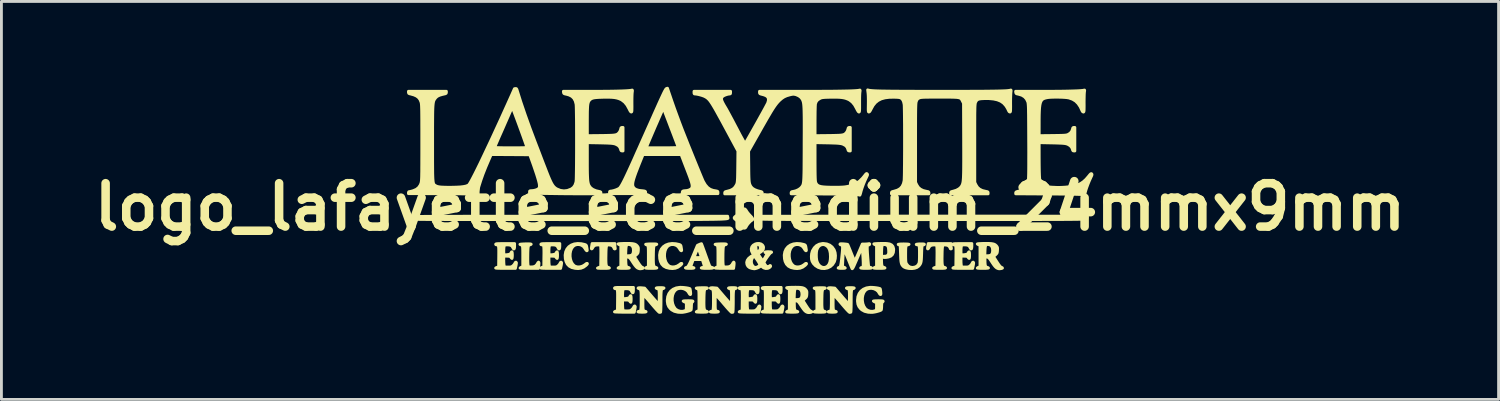
<source format=kicad_pcb>
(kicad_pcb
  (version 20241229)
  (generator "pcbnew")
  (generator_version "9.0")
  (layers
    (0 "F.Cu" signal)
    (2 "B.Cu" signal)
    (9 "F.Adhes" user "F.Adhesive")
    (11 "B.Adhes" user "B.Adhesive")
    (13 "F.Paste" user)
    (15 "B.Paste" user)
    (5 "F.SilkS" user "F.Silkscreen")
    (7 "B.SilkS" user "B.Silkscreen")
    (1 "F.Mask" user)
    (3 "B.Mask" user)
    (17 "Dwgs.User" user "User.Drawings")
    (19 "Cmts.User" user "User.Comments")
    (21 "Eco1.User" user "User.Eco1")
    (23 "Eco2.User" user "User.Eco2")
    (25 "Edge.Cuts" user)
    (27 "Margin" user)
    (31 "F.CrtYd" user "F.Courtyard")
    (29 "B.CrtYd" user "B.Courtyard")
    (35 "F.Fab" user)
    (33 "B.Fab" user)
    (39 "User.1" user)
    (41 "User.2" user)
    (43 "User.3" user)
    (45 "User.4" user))
  (footprint "logo_lafayette_ece_medium_24mmx9mm"
    (layer "F.Cu")
    (at 23.303 4.222)
    (property "Reference" "logo_lafayette_ece_medium_24mmx9mm" (at 0 0 0) (layer "F.SilkS") (effects (font (size 1.524 1.524) (thickness 0.3))))
    (attr through_hole)
    (fp_poly (pts (xy 0.095 0.424) (xy 0.09 0.452) (xy 0.082 0.46) (xy 0.056 0.472) (xy 0.018 0.503) (xy -0.025 0.546) (xy -0.068 0.594) (xy -0.103 0.641) (xy -0.12 0.669) (xy -0.145 0.714) (xy -0.166 0.737) (xy -0.193 0.745) (xy -0.213 0.746) (xy -0.26 0.737) (xy -0.3 0.707) (xy -0.308 0.698) (xy -0.34 0.652) (xy -0.372 0.596) (xy -0.379 0.581) (xy -0.428 0.508) (xy -0.481 0.463) (xy -0.531 0.426) (xy -0.556 0.396) (xy -0.555 0.37) (xy -0.528 0.34) (xy -0.474 0.301) (xy -0.46 0.293) (xy -0.392 0.243) (xy -0.335 0.19) (xy -0.303 0.152) (xy -0.256 0.094) (xy -0.217 0.066) (xy -0.181 0.069) (xy -0.147 0.101) (xy -0.123 0.139) (xy -0.09 0.189) (xy -0.043 0.247) (xy 0.007 0.301) (xy 0.059 0.357) (xy 0.089 0.402) (xy 0.095 0.424)) (stroke (width 0.1) (type solid)) (fill yes) (layer "F.SilkS"))
    (fp_poly (pts (xy -5.713 1.997) (xy -5.73 2.022) (xy -5.764 2.055) (xy -5.849 2.117) (xy -5.94 2.153) (xy -6.043 2.165) (xy -6.147 2.157) (xy -6.262 2.129) (xy -6.352 2.08) (xy -6.421 2.008) (xy -6.467 1.914) (xy -6.49 1.82) (xy -6.497 1.691) (xy -6.478 1.576) (xy -6.434 1.478) (xy -6.368 1.398) (xy -6.282 1.338) (xy -6.177 1.299) (xy -6.058 1.283) (xy -5.925 1.291) (xy -5.807 1.317) (xy -5.767 1.333) (xy -5.747 1.358) (xy -5.738 1.394) (xy -5.729 1.446) (xy -5.721 1.494) (xy -5.721 1.496) (xy -5.72 1.531) (xy -5.732 1.54) (xy -5.754 1.527) (xy -5.781 1.492) (xy -5.797 1.464) (xy -5.849 1.394) (xy -5.919 1.346) (xy -6.001 1.321) (xy -6.088 1.323) (xy -6.155 1.344) (xy -6.22 1.392) (xy -6.269 1.461) (xy -6.302 1.545) (xy -6.319 1.64) (xy -6.321 1.739) (xy -6.306 1.837) (xy -6.277 1.928) (xy -6.232 2.006) (xy -6.172 2.065) (xy -6.136 2.086) (xy -6.058 2.107) (xy -5.971 2.103) (xy -5.883 2.077) (xy -5.803 2.029) (xy -5.778 2.008) (xy -5.743 1.983) (xy -5.718 1.983) (xy -5.713 1.997)) (stroke (width 0.1) (type solid)) (fill yes) (layer "F.SilkS"))
    (fp_poly (pts (xy -3.273 2.144) (xy -3.294 2.151) (xy -3.344 2.156) (xy -3.425 2.159) (xy -3.469 2.159) (xy -3.544 2.158) (xy -3.606 2.156) (xy -3.649 2.152) (xy -3.667 2.147) (xy -3.667 2.147) (xy -3.654 2.133) (xy -3.622 2.117) (xy -3.619 2.116) (xy -3.572 2.098) (xy -3.572 1.734) (xy -3.572 1.613) (xy -3.573 1.52) (xy -3.575 1.451) (xy -3.58 1.402) (xy -3.587 1.37) (xy -3.598 1.35) (xy -3.613 1.339) (xy -3.632 1.333) (xy -3.64 1.331) (xy -3.664 1.32) (xy -3.668 1.312) (xy -3.653 1.307) (xy -3.612 1.303) (xy -3.551 1.299) (xy -3.477 1.297) (xy -3.469 1.297) (xy -3.38 1.297) (xy -3.317 1.299) (xy -3.282 1.304) (xy -3.275 1.31) (xy -3.294 1.325) (xy -3.314 1.33) (xy -3.339 1.336) (xy -3.358 1.349) (xy -3.371 1.371) (xy -3.381 1.408) (xy -3.387 1.463) (xy -3.391 1.541) (xy -3.394 1.646) (xy -3.394 1.681) (xy -3.396 1.808) (xy -3.395 1.907) (xy -3.392 1.982) (xy -3.385 2.036) (xy -3.374 2.073) (xy -3.359 2.098) (xy -3.338 2.112) (xy -3.321 2.119) (xy -3.283 2.133) (xy -3.273 2.144)) (stroke (width 0.1) (type solid)) (fill yes) (layer "F.SilkS"))
    (fp_poly (pts (xy -2.395 1.997) (xy -2.412 2.022) (xy -2.446 2.055) (xy -2.531 2.117) (xy -2.622 2.153) (xy -2.726 2.165) (xy -2.829 2.157) (xy -2.944 2.129) (xy -3.035 2.08) (xy -3.103 2.008) (xy -3.149 1.914) (xy -3.172 1.82) (xy -3.179 1.691) (xy -3.16 1.576) (xy -3.116 1.478) (xy -3.05 1.398) (xy -2.964 1.338) (xy -2.86 1.299) (xy -2.74 1.283) (xy -2.607 1.291) (xy -2.489 1.317) (xy -2.449 1.333) (xy -2.429 1.358) (xy -2.42 1.394) (xy -2.412 1.446) (xy -2.403 1.494) (xy -2.403 1.496) (xy -2.402 1.531) (xy -2.414 1.54) (xy -2.436 1.527) (xy -2.463 1.492) (xy -2.479 1.464) (xy -2.531 1.394) (xy -2.601 1.346) (xy -2.683 1.321) (xy -2.77 1.323) (xy -2.837 1.344) (xy -2.902 1.392) (xy -2.951 1.461) (xy -2.984 1.545) (xy -3.001 1.64) (xy -3.003 1.739) (xy -2.988 1.837) (xy -2.959 1.928) (xy -2.914 2.006) (xy -2.854 2.065) (xy -2.819 2.086) (xy -2.74 2.107) (xy -2.653 2.103) (xy -2.565 2.077) (xy -2.485 2.029) (xy -2.46 2.008) (xy -2.425 1.983) (xy -2.4 1.983) (xy -2.395 1.997)) (stroke (width 0.1) (type solid)) (fill yes) (layer "F.SilkS"))
    (fp_poly (pts (xy -1.495 3.683) (xy -1.516 3.691) (xy -1.566 3.696) (xy -1.647 3.699) (xy -1.691 3.699) (xy -1.766 3.698) (xy -1.828 3.695) (xy -1.871 3.692) (xy -1.889 3.687) (xy -1.889 3.686) (xy -1.876 3.673) (xy -1.844 3.657) (xy -1.841 3.656) (xy -1.794 3.638) (xy -1.794 3.274) (xy -1.794 3.153) (xy -1.795 3.06) (xy -1.797 2.991) (xy -1.802 2.942) (xy -1.809 2.91) (xy -1.82 2.89) (xy -1.835 2.879) (xy -1.854 2.873) (xy -1.862 2.871) (xy -1.886 2.86) (xy -1.89 2.852) (xy -1.875 2.847) (xy -1.834 2.842) (xy -1.773 2.839) (xy -1.699 2.837) (xy -1.691 2.836) (xy -1.602 2.836) (xy -1.539 2.839) (xy -1.504 2.844) (xy -1.497 2.85) (xy -1.516 2.864) (xy -1.536 2.87) (xy -1.561 2.876) (xy -1.58 2.889) (xy -1.593 2.911) (xy -1.603 2.948) (xy -1.609 3.003) (xy -1.613 3.081) (xy -1.616 3.186) (xy -1.616 3.221) (xy -1.618 3.348) (xy -1.617 3.447) (xy -1.614 3.522) (xy -1.607 3.576) (xy -1.596 3.613) (xy -1.581 3.637) (xy -1.56 3.652) (xy -1.543 3.659) (xy -1.505 3.673) (xy -1.495 3.683)) (stroke (width 0.1) (type solid)) (fill yes) (layer "F.SilkS"))
    (fp_poly (pts (xy 1.987 1.997) (xy 1.969 2.022) (xy 1.936 2.055) (xy 1.851 2.117) (xy 1.759 2.153) (xy 1.656 2.165) (xy 1.552 2.157) (xy 1.438 2.129) (xy 1.347 2.08) (xy 1.279 2.008) (xy 1.232 1.914) (xy 1.21 1.82) (xy 1.202 1.691) (xy 1.222 1.576) (xy 1.266 1.478) (xy 1.332 1.398) (xy 1.418 1.338) (xy 1.522 1.299) (xy 1.642 1.283) (xy 1.775 1.291) (xy 1.892 1.317) (xy 1.933 1.333) (xy 1.952 1.358) (xy 1.961 1.394) (xy 1.97 1.446) (xy 1.978 1.494) (xy 1.979 1.496) (xy 1.98 1.531) (xy 1.967 1.54) (xy 1.945 1.527) (xy 1.918 1.492) (xy 1.903 1.464) (xy 1.851 1.394) (xy 1.78 1.346) (xy 1.698 1.321) (xy 1.612 1.323) (xy 1.544 1.344) (xy 1.479 1.392) (xy 1.43 1.461) (xy 1.397 1.545) (xy 1.38 1.64) (xy 1.379 1.739) (xy 1.393 1.837) (xy 1.423 1.928) (xy 1.468 2.006) (xy 1.528 2.065) (xy 1.563 2.086) (xy 1.641 2.107) (xy 1.729 2.103) (xy 1.816 2.077) (xy 1.896 2.029) (xy 1.921 2.008) (xy 1.957 1.983) (xy 1.981 1.983) (xy 1.987 1.997)) (stroke (width 0.1) (type solid)) (fill yes) (layer "F.SilkS"))
    (fp_poly (pts (xy 2.648 3.683) (xy 2.628 3.691) (xy 2.577 3.696) (xy 2.496 3.699) (xy 2.453 3.699) (xy 2.378 3.698) (xy 2.315 3.695) (xy 2.272 3.692) (xy 2.254 3.687) (xy 2.254 3.686) (xy 2.267 3.673) (xy 2.3 3.657) (xy 2.302 3.656) (xy 2.349 3.638) (xy 2.349 3.274) (xy 2.349 3.153) (xy 2.348 3.06) (xy 2.346 2.991) (xy 2.341 2.942) (xy 2.334 2.91) (xy 2.323 2.89) (xy 2.309 2.879) (xy 2.289 2.873) (xy 2.281 2.871) (xy 2.258 2.86) (xy 2.253 2.852) (xy 2.269 2.847) (xy 2.31 2.842) (xy 2.37 2.839) (xy 2.444 2.837) (xy 2.453 2.836) (xy 2.542 2.836) (xy 2.605 2.839) (xy 2.64 2.844) (xy 2.646 2.85) (xy 2.628 2.864) (xy 2.607 2.87) (xy 2.583 2.876) (xy 2.564 2.889) (xy 2.55 2.911) (xy 2.541 2.948) (xy 2.534 3.003) (xy 2.53 3.081) (xy 2.528 3.186) (xy 2.527 3.221) (xy 2.526 3.348) (xy 2.526 3.447) (xy 2.53 3.522) (xy 2.536 3.576) (xy 2.547 3.613) (xy 2.562 3.637) (xy 2.583 3.652) (xy 2.6 3.659) (xy 2.639 3.673) (xy 2.648 3.683)) (stroke (width 0.1) (type solid)) (fill yes) (layer "F.SilkS"))
    (fp_poly (pts (xy 3.003 1.71) (xy 2.996 1.817) (xy 2.969 1.915) (xy 2.963 1.929) (xy 2.903 2.023) (xy 2.826 2.092) (xy 2.826 1.746) (xy 2.819 1.62) (xy 2.797 1.519) (xy 2.76 1.439) (xy 2.723 1.393) (xy 2.656 1.343) (xy 2.585 1.321) (xy 2.514 1.327) (xy 2.449 1.358) (xy 2.394 1.414) (xy 2.355 1.492) (xy 2.348 1.512) (xy 2.335 1.588) (xy 2.33 1.681) (xy 2.333 1.777) (xy 2.343 1.864) (xy 2.356 1.915) (xy 2.395 2) (xy 2.449 2.065) (xy 2.513 2.108) (xy 2.581 2.126) (xy 2.65 2.119) (xy 2.715 2.084) (xy 2.721 2.079) (xy 2.77 2.021) (xy 2.803 1.945) (xy 2.821 1.847) (xy 2.826 1.746) (xy 2.826 2.092) (xy 2.822 2.095) (xy 2.725 2.143) (xy 2.617 2.165) (xy 2.502 2.159) (xy 2.498 2.158) (xy 2.392 2.123) (xy 2.298 2.063) (xy 2.223 1.984) (xy 2.179 1.906) (xy 2.16 1.831) (xy 2.155 1.739) (xy 2.163 1.644) (xy 2.186 1.558) (xy 2.194 1.537) (xy 2.257 1.434) (xy 2.336 1.357) (xy 2.432 1.307) (xy 2.543 1.284) (xy 2.581 1.283) (xy 2.699 1.298) (xy 2.802 1.34) (xy 2.887 1.407) (xy 2.953 1.499) (xy 2.959 1.512) (xy 2.991 1.604) (xy 3.003 1.71)) (stroke (width 0.1) (type solid)) (fill yes) (layer "F.SilkS"))
    (fp_poly (pts (xy -7.415 1.991) (xy -7.421 2.063) (xy -7.424 2.085) (xy -7.434 2.159) (xy -7.757 2.159) (xy -7.855 2.158) (xy -7.94 2.157) (xy -8.009 2.154) (xy -8.057 2.151) (xy -8.079 2.148) (xy -8.08 2.147) (xy -8.067 2.133) (xy -8.035 2.117) (xy -8.033 2.116) (xy -7.985 2.098) (xy -7.985 1.734) (xy -7.985 1.613) (xy -7.986 1.52) (xy -7.989 1.451) (xy -7.993 1.402) (xy -8.001 1.37) (xy -8.011 1.35) (xy -8.026 1.339) (xy -8.046 1.333) (xy -8.053 1.331) (xy -8.079 1.321) (xy -8.085 1.313) (xy -8.072 1.308) (xy -8.032 1.303) (xy -7.972 1.299) (xy -7.898 1.296) (xy -7.886 1.296) (xy -7.791 1.295) (xy -7.728 1.297) (xy -7.694 1.303) (xy -7.688 1.309) (xy -7.707 1.324) (xy -7.727 1.33) (xy -7.752 1.336) (xy -7.771 1.349) (xy -7.784 1.371) (xy -7.794 1.408) (xy -7.8 1.463) (xy -7.804 1.541) (xy -7.807 1.646) (xy -7.807 1.681) (xy -7.808 1.78) (xy -7.808 1.871) (xy -7.806 1.95) (xy -7.803 2.009) (xy -7.799 2.04) (xy -7.79 2.077) (xy -7.776 2.097) (xy -7.748 2.105) (xy -7.704 2.108) (xy -7.613 2.103) (xy -7.542 2.075) (xy -7.491 2.024) (xy -7.478 2.001) (xy -7.45 1.954) (xy -7.43 1.937) (xy -7.418 1.949) (xy -7.415 1.991)) (stroke (width 0.1) (type solid)) (fill yes) (layer "F.SilkS"))
    (fp_poly (pts (xy -0.557 1.991) (xy -0.563 2.063) (xy -0.566 2.085) (xy -0.576 2.159) (xy -0.899 2.159) (xy -0.997 2.158) (xy -1.082 2.157) (xy -1.151 2.154) (xy -1.199 2.151) (xy -1.221 2.148) (xy -1.222 2.147) (xy -1.209 2.133) (xy -1.177 2.117) (xy -1.175 2.116) (xy -1.127 2.098) (xy -1.127 1.734) (xy -1.127 1.613) (xy -1.128 1.52) (xy -1.131 1.451) (xy -1.135 1.402) (xy -1.143 1.37) (xy -1.153 1.35) (xy -1.168 1.339) (xy -1.188 1.333) (xy -1.195 1.331) (xy -1.221 1.321) (xy -1.227 1.313) (xy -1.214 1.308) (xy -1.174 1.303) (xy -1.114 1.299) (xy -1.04 1.296) (xy -1.028 1.296) (xy -0.933 1.295) (xy -0.87 1.297) (xy -0.836 1.303) (xy -0.83 1.309) (xy -0.849 1.324) (xy -0.869 1.33) (xy -0.894 1.336) (xy -0.913 1.349) (xy -0.926 1.371) (xy -0.936 1.408) (xy -0.942 1.463) (xy -0.946 1.541) (xy -0.949 1.646) (xy -0.949 1.681) (xy -0.95 1.78) (xy -0.95 1.871) (xy -0.948 1.95) (xy -0.945 2.009) (xy -0.941 2.04) (xy -0.932 2.077) (xy -0.918 2.097) (xy -0.89 2.105) (xy -0.846 2.108) (xy -0.755 2.103) (xy -0.684 2.075) (xy -0.633 2.024) (xy -0.62 2.001) (xy -0.592 1.954) (xy -0.572 1.937) (xy -0.56 1.949) (xy -0.557 1.991)) (stroke (width 0.1) (type solid)) (fill yes) (layer "F.SilkS"))
    (fp_poly (pts (xy -4.735 1.469) (xy -4.753 1.476) (xy -4.775 1.465) (xy -4.778 1.453) (xy -4.788 1.427) (xy -4.812 1.392) (xy -4.815 1.388) (xy -4.85 1.358) (xy -4.897 1.342) (xy -4.931 1.338) (xy -4.971 1.335) (xy -5.002 1.337) (xy -5.024 1.349) (xy -5.039 1.374) (xy -5.049 1.415) (xy -5.055 1.477) (xy -5.059 1.563) (xy -5.061 1.677) (xy -5.061 1.681) (xy -5.063 1.808) (xy -5.062 1.907) (xy -5.059 1.982) (xy -5.052 2.036) (xy -5.041 2.074) (xy -5.026 2.098) (xy -5.005 2.112) (xy -4.988 2.119) (xy -4.95 2.132) (xy -4.94 2.143) (xy -4.959 2.151) (xy -5.007 2.156) (xy -5.086 2.159) (xy -5.154 2.159) (xy -5.232 2.158) (xy -5.295 2.156) (xy -5.34 2.153) (xy -5.359 2.149) (xy -5.36 2.148) (xy -5.338 2.135) (xy -5.3 2.121) (xy -5.298 2.12) (xy -5.247 2.103) (xy -5.242 1.74) (xy -5.241 1.607) (xy -5.242 1.504) (xy -5.245 1.429) (xy -5.249 1.381) (xy -5.255 1.357) (xy -5.256 1.355) (xy -5.286 1.34) (xy -5.334 1.334) (xy -5.39 1.337) (xy -5.442 1.349) (xy -5.46 1.357) (xy -5.498 1.388) (xy -5.524 1.428) (xy -5.543 1.461) (xy -5.562 1.476) (xy -5.563 1.476) (xy -5.573 1.468) (xy -5.574 1.439) (xy -5.567 1.385) (xy -5.566 1.381) (xy -5.55 1.286) (xy -5.148 1.286) (xy -4.747 1.286) (xy -4.746 1.345) (xy -4.744 1.396) (xy -4.737 1.438) (xy -4.737 1.441) (xy -4.735 1.469)) (stroke (width 0.1) (type solid)) (fill yes) (layer "F.SilkS"))
    (fp_poly (pts (xy 7.076 1.469) (xy 7.058 1.476) (xy 7.036 1.465) (xy 7.033 1.453) (xy 7.023 1.427) (xy 6.999 1.392) (xy 6.996 1.388) (xy 6.961 1.358) (xy 6.914 1.342) (xy 6.88 1.338) (xy 6.84 1.335) (xy 6.809 1.337) (xy 6.787 1.349) (xy 6.772 1.374) (xy 6.762 1.415) (xy 6.756 1.477) (xy 6.752 1.563) (xy 6.75 1.677) (xy 6.75 1.681) (xy 6.748 1.808) (xy 6.749 1.907) (xy 6.752 1.982) (xy 6.759 2.036) (xy 6.77 2.074) (xy 6.785 2.098) (xy 6.806 2.112) (xy 6.823 2.119) (xy 6.861 2.132) (xy 6.871 2.143) (xy 6.852 2.151) (xy 6.804 2.156) (xy 6.725 2.159) (xy 6.657 2.159) (xy 6.579 2.158) (xy 6.516 2.156) (xy 6.471 2.153) (xy 6.452 2.149) (xy 6.451 2.148) (xy 6.473 2.135) (xy 6.511 2.121) (xy 6.513 2.12) (xy 6.564 2.103) (xy 6.569 1.74) (xy 6.57 1.607) (xy 6.569 1.504) (xy 6.566 1.429) (xy 6.562 1.381) (xy 6.556 1.357) (xy 6.555 1.355) (xy 6.525 1.34) (xy 6.477 1.334) (xy 6.421 1.337) (xy 6.369 1.349) (xy 6.351 1.357) (xy 6.313 1.388) (xy 6.287 1.428) (xy 6.268 1.461) (xy 6.249 1.476) (xy 6.248 1.476) (xy 6.238 1.468) (xy 6.237 1.439) (xy 6.244 1.385) (xy 6.245 1.381) (xy 6.261 1.286) (xy 6.663 1.286) (xy 7.064 1.286) (xy 7.065 1.345) (xy 7.067 1.396) (xy 7.074 1.438) (xy 7.074 1.441) (xy 7.076 1.469)) (stroke (width 0.1) (type solid)) (fill yes) (layer "F.SilkS"))
    (fp_poly (pts (xy 5.048 1.504) (xy 5.038 1.6) (xy 5.005 1.673) (xy 4.949 1.726) (xy 4.869 1.759) (xy 4.79 1.773) (xy 4.733 1.777) (xy 4.7 1.775) (xy 4.683 1.765) (xy 4.678 1.756) (xy 4.677 1.74) (xy 4.695 1.732) (xy 4.737 1.73) (xy 4.738 1.73) (xy 4.788 1.726) (xy 4.821 1.71) (xy 4.842 1.687) (xy 4.86 1.66) (xy 4.87 1.63) (xy 4.873 1.587) (xy 4.871 1.522) (xy 4.871 1.52) (xy 4.863 1.438) (xy 4.845 1.382) (xy 4.813 1.347) (xy 4.765 1.328) (xy 4.736 1.323) (xy 4.702 1.319) (xy 4.676 1.323) (xy 4.656 1.336) (xy 4.643 1.363) (xy 4.634 1.407) (xy 4.628 1.473) (xy 4.625 1.563) (xy 4.623 1.673) (xy 4.621 1.802) (xy 4.622 1.902) (xy 4.625 1.978) (xy 4.631 2.033) (xy 4.642 2.071) (xy 4.656 2.096) (xy 4.676 2.111) (xy 4.696 2.119) (xy 4.734 2.133) (xy 4.743 2.144) (xy 4.723 2.151) (xy 4.673 2.156) (xy 4.592 2.159) (xy 4.548 2.159) (xy 4.473 2.158) (xy 4.411 2.156) (xy 4.368 2.152) (xy 4.35 2.147) (xy 4.35 2.147) (xy 4.363 2.133) (xy 4.395 2.117) (xy 4.397 2.116) (xy 4.445 2.098) (xy 4.445 1.722) (xy 4.445 1.347) (xy 4.397 1.329) (xy 4.365 1.313) (xy 4.35 1.299) (xy 4.35 1.298) (xy 4.365 1.293) (xy 4.405 1.289) (xy 4.464 1.285) (xy 4.537 1.283) (xy 4.616 1.281) (xy 4.696 1.281) (xy 4.769 1.282) (xy 4.809 1.284) (xy 4.905 1.299) (xy 4.977 1.334) (xy 5.023 1.388) (xy 5.046 1.463) (xy 5.048 1.504)) (stroke (width 0.1) (type solid)) (fill yes) (layer "F.SilkS"))
    (fp_poly (pts (xy -2.004 3.319) (xy -2.021 3.337) (xy -2.028 3.343) (xy -2.043 3.361) (xy -2.052 3.394) (xy -2.057 3.447) (xy -2.058 3.481) (xy -2.06 3.541) (xy -2.064 3.589) (xy -2.07 3.616) (xy -2.07 3.617) (xy -2.092 3.632) (xy -2.137 3.65) (xy -2.197 3.668) (xy -2.264 3.685) (xy -2.328 3.697) (xy -2.373 3.703) (xy -2.437 3.704) (xy -2.51 3.701) (xy -2.543 3.697) (xy -2.659 3.668) (xy -2.755 3.614) (xy -2.805 3.569) (xy -2.859 3.499) (xy -2.892 3.418) (xy -2.907 3.321) (xy -2.908 3.273) (xy -2.893 3.152) (xy -2.852 3.045) (xy -2.787 2.957) (xy -2.701 2.889) (xy -2.595 2.844) (xy -2.472 2.824) (xy -2.441 2.823) (xy -2.377 2.825) (xy -2.306 2.831) (xy -2.235 2.84) (xy -2.173 2.851) (xy -2.128 2.863) (xy -2.109 2.872) (xy -2.103 2.891) (xy -2.095 2.933) (xy -2.089 2.981) (xy -2.084 3.036) (xy -2.086 3.067) (xy -2.094 3.079) (xy -2.101 3.08) (xy -2.122 3.066) (xy -2.142 3.034) (xy -2.143 3.032) (xy -2.188 2.963) (xy -2.254 2.91) (xy -2.335 2.874) (xy -2.423 2.859) (xy -2.51 2.867) (xy -2.572 2.889) (xy -2.636 2.939) (xy -2.685 3.011) (xy -2.718 3.098) (xy -2.734 3.196) (xy -2.734 3.298) (xy -2.716 3.398) (xy -2.681 3.491) (xy -2.629 3.57) (xy -2.608 3.592) (xy -2.541 3.636) (xy -2.46 3.662) (xy -2.376 3.667) (xy -2.299 3.649) (xy -2.285 3.643) (xy -2.262 3.629) (xy -2.248 3.614) (xy -2.241 3.588) (xy -2.239 3.545) (xy -2.238 3.491) (xy -2.238 3.364) (xy -2.294 3.341) (xy -2.33 3.323) (xy -2.349 3.308) (xy -2.349 3.306) (xy -2.335 3.301) (xy -2.295 3.297) (xy -2.235 3.295) (xy -2.175 3.294) (xy -2.091 3.295) (xy -2.037 3.299) (xy -2.009 3.307) (xy -2.004 3.319)) (stroke (width 0.1) (type solid)) (fill yes) (layer "F.SilkS"))
    (fp_poly (pts (xy 4.679 3.319) (xy 4.662 3.337) (xy 4.655 3.343) (xy 4.64 3.361) (xy 4.631 3.394) (xy 4.627 3.447) (xy 4.626 3.481) (xy 4.624 3.541) (xy 4.619 3.589) (xy 4.614 3.616) (xy 4.613 3.617) (xy 4.591 3.632) (xy 4.546 3.65) (xy 4.486 3.668) (xy 4.42 3.685) (xy 4.355 3.697) (xy 4.31 3.703) (xy 4.246 3.704) (xy 4.173 3.701) (xy 4.14 3.697) (xy 4.025 3.668) (xy 3.928 3.614) (xy 3.878 3.569) (xy 3.824 3.499) (xy 3.791 3.418) (xy 3.777 3.321) (xy 3.776 3.273) (xy 3.79 3.152) (xy 3.831 3.045) (xy 3.896 2.957) (xy 3.983 2.889) (xy 4.089 2.844) (xy 4.212 2.824) (xy 4.243 2.823) (xy 4.306 2.825) (xy 4.377 2.831) (xy 4.448 2.84) (xy 4.51 2.851) (xy 4.555 2.863) (xy 4.574 2.872) (xy 4.581 2.891) (xy 4.589 2.933) (xy 4.595 2.981) (xy 4.599 3.036) (xy 4.598 3.067) (xy 4.589 3.079) (xy 4.583 3.08) (xy 4.562 3.066) (xy 4.541 3.034) (xy 4.54 3.032) (xy 4.496 2.963) (xy 4.429 2.91) (xy 4.349 2.874) (xy 4.261 2.859) (xy 4.173 2.867) (xy 4.112 2.889) (xy 4.047 2.939) (xy 3.998 3.011) (xy 3.966 3.098) (xy 3.949 3.196) (xy 3.95 3.298) (xy 3.967 3.398) (xy 4.002 3.491) (xy 4.054 3.57) (xy 4.076 3.592) (xy 4.142 3.636) (xy 4.223 3.662) (xy 4.307 3.667) (xy 4.384 3.649) (xy 4.398 3.643) (xy 4.421 3.629) (xy 4.435 3.614) (xy 4.442 3.588) (xy 4.445 3.545) (xy 4.445 3.491) (xy 4.445 3.364) (xy 4.389 3.341) (xy 4.354 3.323) (xy 4.335 3.308) (xy 4.334 3.306) (xy 4.349 3.301) (xy 4.389 3.297) (xy 4.448 3.295) (xy 4.508 3.294) (xy 4.592 3.295) (xy 4.647 3.299) (xy 4.675 3.307) (xy 4.679 3.319)) (stroke (width 0.1) (type solid)) (fill yes) (layer "F.SilkS"))
    (fp_poly (pts (xy 11.841 0.368) (xy 11.831 0.404) (xy 11.818 0.42) (xy 11.814 0.422) (xy 11.805 0.424) (xy 11.791 0.426) (xy 11.77 0.428) (xy 11.742 0.429) (xy 11.706 0.431) (xy 11.66 0.432) (xy 11.604 0.434) (xy 11.537 0.435) (xy 11.458 0.436) (xy 11.365 0.437) (xy 11.259 0.438) (xy 11.138 0.439) (xy 11.001 0.44) (xy 10.846 0.441) (xy 10.674 0.441) (xy 10.483 0.442) (xy 10.273 0.442) (xy 10.042 0.443) (xy 9.789 0.443) (xy 9.513 0.443) (xy 9.214 0.444) (xy 8.89 0.444) (xy 8.541 0.444) (xy 8.166 0.444) (xy 7.763 0.444) (xy 7.331 0.444) (xy 6.871 0.444) (xy 6.38 0.444) (xy 6.074 0.445) (xy 5.554 0.444) (xy 5.065 0.444) (xy 4.606 0.444) (xy 4.176 0.444) (xy 3.775 0.444) (xy 3.401 0.444) (xy 3.053 0.444) (xy 2.731 0.443) (xy 2.434 0.443) (xy 2.161 0.442) (xy 1.91 0.442) (xy 1.682 0.441) (xy 1.475 0.441) (xy 1.289 0.44) (xy 1.122 0.439) (xy 0.974 0.438) (xy 0.844 0.437) (xy 0.73 0.436) (xy 0.633 0.435) (xy 0.551 0.434) (xy 0.483 0.432) (xy 0.428 0.431) (xy 0.386 0.429) (xy 0.356 0.428) (xy 0.337 0.426) (xy 0.328 0.424) (xy 0.327 0.424) (xy 0.305 0.39) (xy 0.304 0.364) (xy 0.31 0.325) (xy 6.055 0.321) (xy 6.599 0.321) (xy 7.113 0.321) (xy 7.596 0.321) (xy 8.05 0.321) (xy 8.474 0.32) (xy 8.869 0.321) (xy 9.236 0.321) (xy 9.576 0.321) (xy 9.89 0.321) (xy 10.177 0.322) (xy 10.439 0.322) (xy 10.676 0.323) (xy 10.888 0.323) (xy 11.078 0.324) (xy 11.244 0.325) (xy 11.387 0.326) (xy 11.509 0.327) (xy 11.61 0.328) (xy 11.691 0.33) (xy 11.752 0.331) (xy 11.793 0.333) (xy 11.816 0.334) (xy 11.821 0.335) (xy 11.841 0.368)) (stroke (width 0.1) (type solid)) (fill yes) (layer "F.SilkS"))
    (fp_poly (pts (xy -1.301 2.142) (xy -1.32 2.149) (xy -1.367 2.155) (xy -1.439 2.158) (xy -1.508 2.159) (xy -1.596 2.158) (xy -1.662 2.154) (xy -1.703 2.149) (xy -1.714 2.143) (xy -1.701 2.131) (xy -1.679 2.127) (xy -1.638 2.123) (xy -1.616 2.11) (xy -1.61 2.082) (xy -1.618 2.034) (xy -1.637 1.973) (xy -1.677 1.849) (xy -1.714 1.849) (xy -1.714 1.765) (xy -1.72 1.742) (xy -1.733 1.698) (xy -1.752 1.642) (xy -1.773 1.581) (xy -1.794 1.525) (xy -1.811 1.481) (xy -1.822 1.458) (xy -1.823 1.457) (xy -1.833 1.466) (xy -1.851 1.497) (xy -1.873 1.544) (xy -1.898 1.6) (xy -1.921 1.656) (xy -1.939 1.707) (xy -1.951 1.745) (xy -1.953 1.758) (xy -1.941 1.77) (xy -1.903 1.776) (xy -1.836 1.778) (xy -1.834 1.778) (xy -1.777 1.776) (xy -1.735 1.772) (xy -1.715 1.766) (xy -1.714 1.765) (xy -1.714 1.849) (xy -1.834 1.849) (xy -1.992 1.849) (xy -2.037 1.968) (xy -2.059 2.027) (xy -2.07 2.064) (xy -2.071 2.086) (xy -2.063 2.099) (xy -2.054 2.107) (xy -2.018 2.124) (xy -1.997 2.127) (xy -1.973 2.135) (xy -1.968 2.143) (xy -1.984 2.151) (xy -2.025 2.156) (xy -2.089 2.159) (xy -2.119 2.159) (xy -2.19 2.157) (xy -2.242 2.153) (xy -2.268 2.146) (xy -2.27 2.143) (xy -2.257 2.129) (xy -2.248 2.127) (xy -2.225 2.123) (xy -2.202 2.108) (xy -2.177 2.08) (xy -2.149 2.035) (xy -2.116 1.971) (xy -2.076 1.885) (xy -2.028 1.773) (xy -2 1.707) (xy -1.849 1.347) (xy -1.78 1.316) (xy -1.738 1.299) (xy -1.71 1.291) (xy -1.704 1.291) (xy -1.698 1.307) (xy -1.682 1.348) (xy -1.658 1.412) (xy -1.629 1.493) (xy -1.594 1.588) (xy -1.564 1.673) (xy -1.526 1.778) (xy -1.491 1.874) (xy -1.461 1.957) (xy -1.436 2.022) (xy -1.419 2.065) (xy -1.412 2.081) (xy -1.385 2.107) (xy -1.349 2.122) (xy -1.309 2.132) (xy -1.301 2.142)) (stroke (width 0.1) (type solid)) (fill yes) (layer "F.SilkS"))
    (fp_poly (pts (xy -3.751 2.149) (xy -3.778 2.161) (xy -3.796 2.165) (xy -3.843 2.172) (xy -3.88 2.171) (xy -3.916 2.161) (xy -3.957 2.142) (xy -3.999 2.106) (xy -4.046 2.05) (xy -4.096 1.979) (xy -4.096 1.524) (xy -4.106 1.437) (xy -4.138 1.373) (xy -4.189 1.333) (xy -4.26 1.318) (xy -4.268 1.318) (xy -4.303 1.322) (xy -4.328 1.337) (xy -4.345 1.369) (xy -4.355 1.421) (xy -4.361 1.498) (xy -4.363 1.542) (xy -4.369 1.714) (xy -4.289 1.714) (xy -4.233 1.711) (xy -4.185 1.702) (xy -4.17 1.697) (xy -4.128 1.663) (xy -4.104 1.606) (xy -4.096 1.524) (xy -4.096 1.979) (xy -4.103 1.969) (xy -4.121 1.941) (xy -4.168 1.868) (xy -4.205 1.818) (xy -4.234 1.786) (xy -4.261 1.77) (xy -4.291 1.763) (xy -4.313 1.762) (xy -4.366 1.762) (xy -4.364 1.885) (xy -4.361 1.973) (xy -4.355 2.034) (xy -4.345 2.075) (xy -4.328 2.1) (xy -4.302 2.115) (xy -4.29 2.119) (xy -4.251 2.133) (xy -4.242 2.144) (xy -4.262 2.151) (xy -4.312 2.156) (xy -4.393 2.159) (xy -4.437 2.159) (xy -4.512 2.158) (xy -4.574 2.156) (xy -4.617 2.152) (xy -4.635 2.147) (xy -4.636 2.147) (xy -4.622 2.133) (xy -4.59 2.117) (xy -4.588 2.116) (xy -4.54 2.098) (xy -4.54 1.722) (xy -4.54 1.347) (xy -4.588 1.329) (xy -4.621 1.313) (xy -4.635 1.299) (xy -4.636 1.298) (xy -4.621 1.293) (xy -4.58 1.288) (xy -4.521 1.285) (xy -4.449 1.282) (xy -4.32 1.281) (xy -4.218 1.282) (xy -4.14 1.287) (xy -4.08 1.297) (xy -4.035 1.311) (xy -3.999 1.331) (xy -3.97 1.358) (xy -3.96 1.369) (xy -3.937 1.4) (xy -3.925 1.43) (xy -3.922 1.471) (xy -3.924 1.522) (xy -3.929 1.579) (xy -3.939 1.617) (xy -3.958 1.646) (xy -3.993 1.68) (xy -3.997 1.683) (xy -4.063 1.742) (xy -3.95 1.921) (xy -3.895 2.005) (xy -3.852 2.063) (xy -3.818 2.1) (xy -3.792 2.117) (xy -3.755 2.135) (xy -3.751 2.149)) (stroke (width 0.1) (type solid)) (fill yes) (layer "F.SilkS"))
    (fp_poly (pts (xy 2.171 3.689) (xy 2.144 3.701) (xy 2.125 3.705) (xy 2.078 3.712) (xy 2.042 3.711) (xy 2.005 3.701) (xy 1.965 3.682) (xy 1.922 3.646) (xy 1.875 3.589) (xy 1.826 3.519) (xy 1.826 3.064) (xy 1.815 2.977) (xy 1.784 2.913) (xy 1.732 2.873) (xy 1.662 2.858) (xy 1.654 2.857) (xy 1.618 2.862) (xy 1.593 2.877) (xy 1.576 2.909) (xy 1.566 2.96) (xy 1.56 3.037) (xy 1.558 3.082) (xy 1.552 3.254) (xy 1.633 3.254) (xy 1.688 3.251) (xy 1.736 3.242) (xy 1.752 3.237) (xy 1.793 3.203) (xy 1.818 3.146) (xy 1.826 3.064) (xy 1.826 3.519) (xy 1.819 3.509) (xy 1.801 3.481) (xy 1.753 3.408) (xy 1.717 3.358) (xy 1.687 3.326) (xy 1.66 3.309) (xy 1.631 3.303) (xy 1.608 3.302) (xy 1.556 3.302) (xy 1.558 3.425) (xy 1.56 3.513) (xy 1.566 3.574) (xy 1.576 3.615) (xy 1.594 3.64) (xy 1.619 3.654) (xy 1.631 3.659) (xy 1.67 3.673) (xy 1.68 3.683) (xy 1.66 3.691) (xy 1.609 3.696) (xy 1.528 3.699) (xy 1.484 3.699) (xy 1.409 3.698) (xy 1.347 3.695) (xy 1.304 3.692) (xy 1.286 3.687) (xy 1.286 3.686) (xy 1.299 3.673) (xy 1.331 3.657) (xy 1.333 3.656) (xy 1.381 3.638) (xy 1.381 3.262) (xy 1.381 2.886) (xy 1.333 2.869) (xy 1.301 2.853) (xy 1.286 2.839) (xy 1.286 2.838) (xy 1.301 2.833) (xy 1.341 2.828) (xy 1.401 2.825) (xy 1.472 2.822) (xy 1.601 2.821) (xy 1.703 2.822) (xy 1.782 2.827) (xy 1.841 2.836) (xy 1.887 2.851) (xy 1.922 2.871) (xy 1.952 2.898) (xy 1.962 2.909) (xy 1.985 2.94) (xy 1.996 2.97) (xy 1.999 3.01) (xy 1.997 3.062) (xy 1.992 3.119) (xy 1.982 3.157) (xy 1.963 3.186) (xy 1.928 3.219) (xy 1.924 3.223) (xy 1.858 3.282) (xy 1.971 3.461) (xy 2.026 3.545) (xy 2.069 3.603) (xy 2.103 3.64) (xy 2.13 3.657) (xy 2.166 3.675) (xy 2.171 3.689)) (stroke (width 0.1) (type solid)) (fill yes) (layer "F.SilkS"))
    (fp_poly (pts (xy 8.87 2.149) (xy 8.843 2.161) (xy 8.825 2.165) (xy 8.777 2.172) (xy 8.741 2.171) (xy 8.704 2.161) (xy 8.664 2.142) (xy 8.622 2.106) (xy 8.574 2.05) (xy 8.525 1.979) (xy 8.525 1.524) (xy 8.514 1.437) (xy 8.483 1.373) (xy 8.432 1.333) (xy 8.361 1.318) (xy 8.353 1.318) (xy 8.318 1.322) (xy 8.293 1.337) (xy 8.276 1.369) (xy 8.265 1.421) (xy 8.259 1.498) (xy 8.257 1.542) (xy 8.251 1.714) (xy 8.332 1.714) (xy 8.387 1.711) (xy 8.435 1.702) (xy 8.451 1.697) (xy 8.493 1.663) (xy 8.517 1.606) (xy 8.525 1.524) (xy 8.525 1.979) (xy 8.518 1.969) (xy 8.5 1.941) (xy 8.452 1.868) (xy 8.416 1.818) (xy 8.386 1.786) (xy 8.359 1.77) (xy 8.33 1.763) (xy 8.308 1.762) (xy 8.255 1.762) (xy 8.257 1.885) (xy 8.259 1.973) (xy 8.265 2.034) (xy 8.276 2.075) (xy 8.293 2.1) (xy 8.318 2.115) (xy 8.33 2.119) (xy 8.369 2.133) (xy 8.379 2.144) (xy 8.359 2.151) (xy 8.309 2.156) (xy 8.227 2.159) (xy 8.184 2.159) (xy 8.108 2.158) (xy 8.046 2.156) (xy 8.003 2.152) (xy 7.985 2.147) (xy 7.985 2.147) (xy 7.998 2.133) (xy 8.03 2.117) (xy 8.033 2.116) (xy 8.08 2.098) (xy 8.08 1.722) (xy 8.08 1.347) (xy 8.033 1.329) (xy 8 1.313) (xy 7.985 1.299) (xy 7.985 1.298) (xy 8 1.293) (xy 8.04 1.288) (xy 8.1 1.285) (xy 8.172 1.282) (xy 8.301 1.281) (xy 8.402 1.282) (xy 8.481 1.287) (xy 8.541 1.297) (xy 8.586 1.311) (xy 8.621 1.331) (xy 8.651 1.358) (xy 8.661 1.369) (xy 8.684 1.4) (xy 8.696 1.43) (xy 8.699 1.471) (xy 8.696 1.522) (xy 8.691 1.579) (xy 8.682 1.617) (xy 8.662 1.646) (xy 8.628 1.68) (xy 8.624 1.683) (xy 8.557 1.742) (xy 8.671 1.921) (xy 8.726 2.005) (xy 8.769 2.063) (xy 8.802 2.1) (xy 8.829 2.117) (xy 8.865 2.135) (xy 8.87 2.149)) (stroke (width 0.1) (type solid)) (fill yes) (layer "F.SilkS"))
    (fp_poly (pts (xy 6.128 1.314) (xy 6.115 1.33) (xy 6.097 1.333) (xy 6.064 1.346) (xy 6.051 1.361) (xy 6.045 1.386) (xy 6.04 1.436) (xy 6.035 1.507) (xy 6.032 1.591) (xy 6.03 1.659) (xy 6.026 1.77) (xy 6.021 1.856) (xy 6.013 1.921) (xy 6 1.971) (xy 5.981 2.012) (xy 5.955 2.049) (xy 5.925 2.083) (xy 5.865 2.126) (xy 5.783 2.154) (xy 5.685 2.166) (xy 5.578 2.161) (xy 5.564 2.159) (xy 5.484 2.142) (xy 5.426 2.12) (xy 5.382 2.089) (xy 5.371 2.077) (xy 5.347 2.048) (xy 5.328 2.015) (xy 5.315 1.975) (xy 5.304 1.921) (xy 5.297 1.85) (xy 5.292 1.756) (xy 5.288 1.644) (xy 5.284 1.539) (xy 5.281 1.462) (xy 5.278 1.408) (xy 5.274 1.373) (xy 5.268 1.352) (xy 5.259 1.341) (xy 5.248 1.336) (xy 5.242 1.334) (xy 5.209 1.323) (xy 5.206 1.314) (xy 5.231 1.307) (xy 5.284 1.301) (xy 5.361 1.299) (xy 5.397 1.298) (xy 5.471 1.3) (xy 5.532 1.302) (xy 5.573 1.307) (xy 5.588 1.312) (xy 5.588 1.312) (xy 5.575 1.324) (xy 5.55 1.33) (xy 5.523 1.336) (xy 5.502 1.348) (xy 5.488 1.369) (xy 5.478 1.405) (xy 5.472 1.46) (xy 5.47 1.537) (xy 5.469 1.641) (xy 5.469 1.665) (xy 5.469 1.768) (xy 5.471 1.844) (xy 5.473 1.898) (xy 5.478 1.937) (xy 5.485 1.966) (xy 5.495 1.989) (xy 5.502 2) (xy 5.557 2.07) (xy 5.626 2.112) (xy 5.708 2.124) (xy 5.728 2.123) (xy 5.813 2.105) (xy 5.878 2.065) (xy 5.925 2) (xy 5.925 1.999) (xy 5.936 1.975) (xy 5.943 1.944) (xy 5.948 1.901) (xy 5.951 1.842) (xy 5.953 1.761) (xy 5.953 1.657) (xy 5.953 1.55) (xy 5.951 1.47) (xy 5.947 1.413) (xy 5.94 1.375) (xy 5.929 1.352) (xy 5.912 1.34) (xy 5.89 1.333) (xy 5.877 1.331) (xy 5.844 1.323) (xy 5.84 1.315) (xy 5.861 1.307) (xy 5.906 1.301) (xy 5.97 1.297) (xy 5.985 1.297) (xy 6.058 1.297) (xy 6.103 1.3) (xy 6.125 1.307) (xy 6.128 1.314)) (stroke (width 0.1) (type solid)) (fill yes) (layer "F.SilkS"))
    (fp_poly (pts (xy -8.207 1.968) (xy -8.211 2.001) (xy -8.219 2.051) (xy -8.225 2.079) (xy -8.242 2.159) (xy -8.59 2.159) (xy -8.691 2.158) (xy -8.781 2.157) (xy -8.854 2.155) (xy -8.907 2.152) (xy -8.935 2.148) (xy -8.938 2.146) (xy -8.924 2.134) (xy -8.891 2.12) (xy -8.886 2.119) (xy -8.834 2.103) (xy -8.83 1.74) (xy -8.829 1.616) (xy -8.829 1.52) (xy -8.831 1.449) (xy -8.836 1.398) (xy -8.844 1.365) (xy -8.855 1.346) (xy -8.871 1.336) (xy -8.893 1.334) (xy -8.9 1.333) (xy -8.93 1.325) (xy -8.938 1.31) (xy -8.934 1.302) (xy -8.92 1.296) (xy -8.892 1.291) (xy -8.846 1.288) (xy -8.779 1.287) (xy -8.687 1.286) (xy -8.604 1.286) (xy -8.271 1.286) (xy -8.271 1.381) (xy -8.275 1.441) (xy -8.287 1.473) (xy -8.304 1.476) (xy -8.325 1.45) (xy -8.335 1.428) (xy -8.363 1.38) (xy -8.403 1.351) (xy -8.462 1.336) (xy -8.521 1.333) (xy -8.576 1.335) (xy -8.608 1.34) (xy -8.625 1.352) (xy -8.636 1.374) (xy -8.644 1.409) (xy -8.649 1.465) (xy -8.652 1.531) (xy -8.652 1.541) (xy -8.651 1.611) (xy -8.643 1.655) (xy -8.624 1.676) (xy -8.587 1.681) (xy -8.529 1.675) (xy -8.513 1.673) (xy -8.459 1.662) (xy -8.426 1.648) (xy -8.407 1.626) (xy -8.401 1.615) (xy -8.38 1.58) (xy -8.365 1.576) (xy -8.355 1.602) (xy -8.351 1.659) (xy -8.35 1.691) (xy -8.352 1.748) (xy -8.357 1.79) (xy -8.363 1.809) (xy -8.364 1.81) (xy -8.382 1.798) (xy -8.404 1.77) (xy -8.421 1.749) (xy -8.443 1.737) (xy -8.478 1.732) (xy -8.535 1.73) (xy -8.541 1.73) (xy -8.652 1.73) (xy -8.652 1.88) (xy -8.65 1.951) (xy -8.646 2.013) (xy -8.64 2.059) (xy -8.636 2.071) (xy -8.626 2.091) (xy -8.611 2.104) (xy -8.583 2.109) (xy -8.535 2.111) (xy -8.502 2.111) (xy -8.439 2.11) (xy -8.398 2.105) (xy -8.367 2.093) (xy -8.337 2.071) (xy -8.327 2.062) (xy -8.291 2.024) (xy -8.266 1.987) (xy -8.261 1.975) (xy -8.245 1.946) (xy -8.225 1.938) (xy -8.21 1.952) (xy -8.207 1.968)) (stroke (width 0.1) (type solid)) (fill yes) (layer "F.SilkS"))
    (fp_poly (pts (xy -6.62 1.968) (xy -6.623 2.001) (xy -6.631 2.051) (xy -6.637 2.079) (xy -6.654 2.159) (xy -7.002 2.159) (xy -7.103 2.158) (xy -7.193 2.157) (xy -7.267 2.155) (xy -7.319 2.152) (xy -7.347 2.148) (xy -7.35 2.146) (xy -7.337 2.134) (xy -7.303 2.12) (xy -7.299 2.119) (xy -7.247 2.103) (xy -7.243 1.74) (xy -7.241 1.616) (xy -7.242 1.52) (xy -7.244 1.449) (xy -7.248 1.398) (xy -7.256 1.365) (xy -7.268 1.346) (xy -7.284 1.336) (xy -7.305 1.334) (xy -7.312 1.333) (xy -7.343 1.325) (xy -7.35 1.31) (xy -7.346 1.302) (xy -7.332 1.296) (xy -7.305 1.291) (xy -7.259 1.288) (xy -7.192 1.287) (xy -7.1 1.286) (xy -7.017 1.286) (xy -6.683 1.286) (xy -6.683 1.381) (xy -6.688 1.441) (xy -6.699 1.473) (xy -6.716 1.476) (xy -6.737 1.45) (xy -6.747 1.428) (xy -6.775 1.38) (xy -6.815 1.351) (xy -6.874 1.336) (xy -6.933 1.333) (xy -6.989 1.335) (xy -7.021 1.34) (xy -7.038 1.352) (xy -7.049 1.374) (xy -7.056 1.409) (xy -7.062 1.465) (xy -7.064 1.531) (xy -7.064 1.541) (xy -7.063 1.611) (xy -7.055 1.655) (xy -7.036 1.676) (xy -7 1.681) (xy -6.941 1.675) (xy -6.925 1.673) (xy -6.871 1.662) (xy -6.839 1.648) (xy -6.82 1.626) (xy -6.814 1.615) (xy -6.793 1.58) (xy -6.777 1.576) (xy -6.768 1.602) (xy -6.763 1.659) (xy -6.763 1.691) (xy -6.764 1.748) (xy -6.769 1.79) (xy -6.775 1.809) (xy -6.777 1.81) (xy -6.795 1.798) (xy -6.817 1.77) (xy -6.834 1.749) (xy -6.855 1.737) (xy -6.89 1.732) (xy -6.948 1.73) (xy -6.954 1.73) (xy -7.064 1.73) (xy -7.064 1.88) (xy -7.063 1.951) (xy -7.058 2.013) (xy -7.052 2.059) (xy -7.049 2.071) (xy -7.039 2.091) (xy -7.024 2.104) (xy -6.996 2.109) (xy -6.948 2.111) (xy -6.915 2.111) (xy -6.852 2.11) (xy -6.81 2.105) (xy -6.78 2.093) (xy -6.75 2.071) (xy -6.739 2.062) (xy -6.703 2.024) (xy -6.678 1.987) (xy -6.674 1.975) (xy -6.658 1.946) (xy -6.637 1.938) (xy -6.622 1.952) (xy -6.62 1.968)) (stroke (width 0.1) (type solid)) (fill yes) (layer "F.SilkS"))
    (fp_poly (pts (xy -4.032 3.508) (xy -4.036 3.541) (xy -4.044 3.591) (xy -4.049 3.619) (xy -4.067 3.699) (xy -4.415 3.699) (xy -4.516 3.698) (xy -4.605 3.697) (xy -4.679 3.694) (xy -4.732 3.691) (xy -4.759 3.688) (xy -4.763 3.686) (xy -4.749 3.674) (xy -4.716 3.66) (xy -4.711 3.659) (xy -4.659 3.643) (xy -4.655 3.28) (xy -4.654 3.156) (xy -4.654 3.06) (xy -4.656 2.989) (xy -4.661 2.938) (xy -4.669 2.905) (xy -4.68 2.886) (xy -4.696 2.876) (xy -4.717 2.873) (xy -4.725 2.873) (xy -4.755 2.865) (xy -4.763 2.85) (xy -4.759 2.842) (xy -4.745 2.835) (xy -4.717 2.831) (xy -4.671 2.828) (xy -4.604 2.827) (xy -4.512 2.826) (xy -4.429 2.826) (xy -4.096 2.826) (xy -4.096 2.921) (xy -4.1 2.981) (xy -4.111 3.013) (xy -4.128 3.016) (xy -4.149 2.99) (xy -4.16 2.968) (xy -4.188 2.92) (xy -4.228 2.89) (xy -4.287 2.876) (xy -4.346 2.873) (xy -4.401 2.874) (xy -4.433 2.88) (xy -4.45 2.892) (xy -4.461 2.914) (xy -4.469 2.949) (xy -4.474 3.005) (xy -4.477 3.071) (xy -4.477 3.081) (xy -4.475 3.151) (xy -4.468 3.194) (xy -4.449 3.216) (xy -4.412 3.221) (xy -4.354 3.215) (xy -4.338 3.212) (xy -4.283 3.202) (xy -4.251 3.188) (xy -4.232 3.166) (xy -4.226 3.155) (xy -4.205 3.12) (xy -4.19 3.116) (xy -4.18 3.142) (xy -4.176 3.199) (xy -4.175 3.231) (xy -4.177 3.287) (xy -4.181 3.33) (xy -4.188 3.349) (xy -4.189 3.35) (xy -4.207 3.338) (xy -4.229 3.31) (xy -4.246 3.289) (xy -4.268 3.277) (xy -4.303 3.272) (xy -4.36 3.27) (xy -4.366 3.27) (xy -4.477 3.27) (xy -4.477 3.42) (xy -4.475 3.491) (xy -4.471 3.553) (xy -4.465 3.598) (xy -4.461 3.611) (xy -4.451 3.631) (xy -4.436 3.643) (xy -4.408 3.649) (xy -4.36 3.651) (xy -4.327 3.651) (xy -4.264 3.65) (xy -4.223 3.645) (xy -4.192 3.633) (xy -4.162 3.611) (xy -4.152 3.602) (xy -4.115 3.564) (xy -4.091 3.526) (xy -4.086 3.515) (xy -4.07 3.486) (xy -4.05 3.478) (xy -4.035 3.492) (xy -4.032 3.508)) (stroke (width 0.1) (type solid)) (fill yes) (layer "F.SilkS"))
    (fp_poly (pts (xy 0.349 3.508) (xy 0.346 3.541) (xy 0.338 3.591) (xy 0.332 3.619) (xy 0.315 3.699) (xy -0.033 3.699) (xy -0.134 3.698) (xy -0.224 3.697) (xy -0.298 3.694) (xy -0.35 3.691) (xy -0.378 3.688) (xy -0.381 3.686) (xy -0.367 3.674) (xy -0.334 3.66) (xy -0.329 3.659) (xy -0.278 3.643) (xy -0.274 3.28) (xy -0.272 3.156) (xy -0.273 3.06) (xy -0.275 2.989) (xy -0.279 2.938) (xy -0.287 2.905) (xy -0.299 2.886) (xy -0.315 2.876) (xy -0.336 2.873) (xy -0.343 2.873) (xy -0.374 2.865) (xy -0.381 2.85) (xy -0.377 2.842) (xy -0.363 2.835) (xy -0.335 2.831) (xy -0.29 2.828) (xy -0.223 2.827) (xy -0.13 2.826) (xy -0.048 2.826) (xy 0.286 2.826) (xy 0.286 2.921) (xy 0.282 2.981) (xy 0.27 3.013) (xy 0.253 3.016) (xy 0.232 2.99) (xy 0.222 2.968) (xy 0.194 2.92) (xy 0.154 2.89) (xy 0.095 2.876) (xy 0.036 2.873) (xy -0.019 2.874) (xy -0.051 2.88) (xy -0.069 2.892) (xy -0.08 2.914) (xy -0.087 2.949) (xy -0.093 3.005) (xy -0.095 3.071) (xy -0.095 3.081) (xy -0.094 3.151) (xy -0.086 3.194) (xy -0.067 3.216) (xy -0.031 3.221) (xy 0.028 3.215) (xy 0.044 3.212) (xy 0.098 3.202) (xy 0.13 3.188) (xy 0.15 3.166) (xy 0.155 3.155) (xy 0.176 3.12) (xy 0.192 3.116) (xy 0.201 3.142) (xy 0.206 3.199) (xy 0.206 3.231) (xy 0.205 3.287) (xy 0.2 3.33) (xy 0.194 3.349) (xy 0.192 3.35) (xy 0.174 3.338) (xy 0.152 3.31) (xy 0.135 3.289) (xy 0.114 3.277) (xy 0.079 3.272) (xy 0.021 3.27) (xy 0.016 3.27) (xy -0.095 3.27) (xy -0.095 3.42) (xy -0.094 3.491) (xy -0.089 3.553) (xy -0.083 3.598) (xy -0.08 3.611) (xy -0.07 3.631) (xy -0.055 3.643) (xy -0.027 3.649) (xy 0.022 3.651) (xy 0.055 3.651) (xy 0.117 3.65) (xy 0.159 3.645) (xy 0.189 3.633) (xy 0.219 3.611) (xy 0.23 3.602) (xy 0.266 3.564) (xy 0.291 3.526) (xy 0.296 3.515) (xy 0.311 3.486) (xy 0.332 3.478) (xy 0.347 3.492) (xy 0.349 3.508)) (stroke (width 0.1) (type solid)) (fill yes) (layer "F.SilkS"))
    (fp_poly (pts (xy 1.159 3.508) (xy 1.156 3.541) (xy 1.147 3.591) (xy 1.142 3.619) (xy 1.124 3.699) (xy 0.777 3.699) (xy 0.675 3.698) (xy 0.586 3.697) (xy 0.512 3.694) (xy 0.459 3.691) (xy 0.432 3.688) (xy 0.429 3.686) (xy 0.442 3.674) (xy 0.475 3.66) (xy 0.48 3.659) (xy 0.532 3.643) (xy 0.536 3.28) (xy 0.537 3.156) (xy 0.537 3.06) (xy 0.535 2.989) (xy 0.53 2.938) (xy 0.523 2.905) (xy 0.511 2.886) (xy 0.495 2.876) (xy 0.474 2.873) (xy 0.466 2.873) (xy 0.436 2.865) (xy 0.429 2.85) (xy 0.432 2.842) (xy 0.446 2.835) (xy 0.474 2.831) (xy 0.52 2.828) (xy 0.587 2.827) (xy 0.679 2.826) (xy 0.762 2.826) (xy 1.095 2.826) (xy 1.095 2.921) (xy 1.091 2.981) (xy 1.08 3.013) (xy 1.063 3.016) (xy 1.042 2.99) (xy 1.032 2.968) (xy 1.004 2.92) (xy 0.963 2.89) (xy 0.904 2.876) (xy 0.845 2.873) (xy 0.79 2.874) (xy 0.758 2.88) (xy 0.741 2.892) (xy 0.73 2.914) (xy 0.722 2.949) (xy 0.717 3.005) (xy 0.714 3.071) (xy 0.714 3.081) (xy 0.716 3.151) (xy 0.723 3.194) (xy 0.743 3.216) (xy 0.779 3.221) (xy 0.837 3.215) (xy 0.853 3.212) (xy 0.908 3.202) (xy 0.94 3.188) (xy 0.959 3.166) (xy 0.965 3.155) (xy 0.986 3.12) (xy 1.001 3.116) (xy 1.011 3.142) (xy 1.016 3.199) (xy 1.016 3.231) (xy 1.014 3.287) (xy 1.01 3.33) (xy 1.003 3.349) (xy 1.002 3.35) (xy 0.984 3.338) (xy 0.962 3.31) (xy 0.945 3.289) (xy 0.924 3.277) (xy 0.888 3.272) (xy 0.831 3.27) (xy 0.825 3.27) (xy 0.714 3.27) (xy 0.714 3.42) (xy 0.716 3.491) (xy 0.72 3.553) (xy 0.727 3.598) (xy 0.73 3.611) (xy 0.74 3.631) (xy 0.755 3.643) (xy 0.783 3.649) (xy 0.831 3.651) (xy 0.864 3.651) (xy 0.927 3.65) (xy 0.969 3.645) (xy 0.999 3.633) (xy 1.029 3.611) (xy 1.039 3.602) (xy 1.076 3.564) (xy 1.101 3.526) (xy 1.105 3.515) (xy 1.121 3.486) (xy 1.141 3.478) (xy 1.156 3.492) (xy 1.159 3.508)) (stroke (width 0.1) (type solid)) (fill yes) (layer "F.SilkS"))
    (fp_poly (pts (xy 7.858 1.968) (xy 7.855 2.001) (xy 7.847 2.051) (xy 7.841 2.079) (xy 7.824 2.159) (xy 7.476 2.159) (xy 7.375 2.158) (xy 7.285 2.157) (xy 7.211 2.155) (xy 7.159 2.152) (xy 7.131 2.148) (xy 7.128 2.146) (xy 7.141 2.134) (xy 7.175 2.12) (xy 7.179 2.119) (xy 7.231 2.103) (xy 7.235 1.74) (xy 7.237 1.616) (xy 7.236 1.52) (xy 7.234 1.449) (xy 7.23 1.398) (xy 7.222 1.365) (xy 7.21 1.346) (xy 7.194 1.336) (xy 7.173 1.334) (xy 7.166 1.333) (xy 7.135 1.325) (xy 7.128 1.31) (xy 7.132 1.302) (xy 7.146 1.296) (xy 7.173 1.291) (xy 7.219 1.288) (xy 7.286 1.287) (xy 7.378 1.286) (xy 7.461 1.286) (xy 7.795 1.286) (xy 7.795 1.381) (xy 7.79 1.441) (xy 7.779 1.473) (xy 7.762 1.476) (xy 7.741 1.45) (xy 7.731 1.428) (xy 7.703 1.38) (xy 7.663 1.351) (xy 7.604 1.336) (xy 7.545 1.333) (xy 7.489 1.335) (xy 7.457 1.34) (xy 7.44 1.352) (xy 7.429 1.374) (xy 7.422 1.409) (xy 7.416 1.465) (xy 7.414 1.531) (xy 7.414 1.541) (xy 7.415 1.611) (xy 7.423 1.655) (xy 7.442 1.676) (xy 7.478 1.681) (xy 7.537 1.675) (xy 7.553 1.673) (xy 7.607 1.662) (xy 7.639 1.648) (xy 7.658 1.626) (xy 7.664 1.615) (xy 7.685 1.58) (xy 7.701 1.576) (xy 7.71 1.602) (xy 7.715 1.659) (xy 7.715 1.691) (xy 7.714 1.748) (xy 7.709 1.79) (xy 7.703 1.809) (xy 7.701 1.81) (xy 7.683 1.798) (xy 7.661 1.77) (xy 7.644 1.749) (xy 7.623 1.737) (xy 7.588 1.732) (xy 7.53 1.73) (xy 7.524 1.73) (xy 7.414 1.73) (xy 7.414 1.88) (xy 7.415 1.951) (xy 7.42 2.013) (xy 7.426 2.059) (xy 7.429 2.071) (xy 7.439 2.091) (xy 7.454 2.104) (xy 7.482 2.109) (xy 7.53 2.111) (xy 7.563 2.111) (xy 7.626 2.11) (xy 7.668 2.105) (xy 7.698 2.093) (xy 7.728 2.071) (xy 7.739 2.062) (xy 7.775 2.024) (xy 7.8 1.987) (xy 7.804 1.975) (xy 7.82 1.946) (xy 7.841 1.938) (xy 7.856 1.952) (xy 7.858 1.968)) (stroke (width 0.1) (type solid)) (fill yes) (layer "F.SilkS"))
    (fp_poly (pts (xy -0.773 0.39) (xy -0.773 0.396) (xy -0.777 0.401) (xy -0.786 0.406) (xy -0.799 0.41) (xy -0.818 0.414) (xy -0.844 0.418) (xy -0.878 0.421) (xy -0.921 0.424) (xy -0.973 0.427) (xy -1.037 0.43) (xy -1.112 0.432) (xy -1.2 0.434) (xy -1.302 0.436) (xy -1.418 0.437) (xy -1.551 0.439) (xy -1.699 0.44) (xy -1.866 0.441) (xy -2.051 0.442) (xy -2.255 0.443) (xy -2.48 0.443) (xy -2.726 0.444) (xy -2.995 0.444) (xy -3.287 0.444) (xy -3.604 0.444) (xy -3.946 0.444) (xy -4.314 0.445) (xy -4.709 0.445) (xy -5.133 0.445) (xy -5.585 0.445) (xy -6.068 0.445) (xy -6.399 0.445) (xy -6.898 0.444) (xy -7.367 0.444) (xy -7.805 0.444) (xy -8.215 0.444) (xy -8.598 0.444) (xy -8.953 0.444) (xy -9.282 0.444) (xy -9.587 0.444) (xy -9.868 0.444) (xy -10.126 0.443) (xy -10.362 0.443) (xy -10.577 0.443) (xy -10.772 0.442) (xy -10.948 0.442) (xy -11.106 0.441) (xy -11.248 0.44) (xy -11.373 0.44) (xy -11.483 0.439) (xy -11.579 0.438) (xy -11.663 0.437) (xy -11.734 0.436) (xy -11.794 0.434) (xy -11.844 0.433) (xy -11.885 0.431) (xy -11.918 0.43) (xy -11.944 0.428) (xy -11.963 0.426) (xy -11.978 0.424) (xy -11.988 0.421) (xy -11.995 0.419) (xy -12 0.416) (xy -12.004 0.414) (xy -12.029 0.388) (xy -12.029 0.365) (xy -12.024 0.354) (xy -12.021 0.352) (xy -12.017 0.349) (xy -12.009 0.347) (xy -11.997 0.345) (xy -11.98 0.343) (xy -11.957 0.341) (xy -11.927 0.339) (xy -11.889 0.338) (xy -11.842 0.336) (xy -11.785 0.335) (xy -11.717 0.334) (xy -11.638 0.333) (xy -11.545 0.332) (xy -11.438 0.331) (xy -11.317 0.33) (xy -11.179 0.329) (xy -11.025 0.329) (xy -10.853 0.328) (xy -10.663 0.327) (xy -10.452 0.327) (xy -10.221 0.327) (xy -9.968 0.326) (xy -9.693 0.326) (xy -9.394 0.326) (xy -9.07 0.326) (xy -8.721 0.326) (xy -8.345 0.326) (xy -7.942 0.326) (xy -7.51 0.325) (xy -7.048 0.325) (xy -6.557 0.325) (xy -6.396 0.325) (xy -0.786 0.325) (xy -0.78 0.364) (xy -0.779 0.371) (xy -0.776 0.378) (xy -0.774 0.384) (xy -0.773 0.39)) (stroke (width 0.1) (type solid)) (fill yes) (layer "F.SilkS"))
    (fp_poly (pts (xy -3.022 2.85) (xy -3.04 2.865) (xy -3.057 2.871) (xy -3.078 2.876) (xy -3.094 2.886) (xy -3.107 2.905) (xy -3.115 2.936) (xy -3.121 2.983) (xy -3.125 3.049) (xy -3.127 3.138) (xy -3.127 3.254) (xy -3.127 3.313) (xy -3.128 3.428) (xy -3.13 3.527) (xy -3.132 3.606) (xy -3.136 3.664) (xy -3.14 3.694) (xy -3.142 3.699) (xy -3.169 3.704) (xy -3.179 3.707) (xy -3.197 3.698) (xy -3.233 3.664) (xy -3.288 3.606) (xy -3.36 3.525) (xy -3.449 3.421) (xy -3.462 3.406) (xy -3.533 3.322) (xy -3.599 3.246) (xy -3.656 3.183) (xy -3.701 3.134) (xy -3.731 3.105) (xy -3.743 3.096) (xy -3.75 3.104) (xy -3.756 3.13) (xy -3.76 3.177) (xy -3.762 3.249) (xy -3.762 3.349) (xy -3.762 3.355) (xy -3.762 3.453) (xy -3.761 3.524) (xy -3.758 3.573) (xy -3.753 3.605) (xy -3.746 3.626) (xy -3.735 3.639) (xy -3.733 3.641) (xy -3.7 3.662) (xy -3.678 3.667) (xy -3.655 3.675) (xy -3.651 3.683) (xy -3.666 3.691) (xy -3.708 3.696) (xy -3.77 3.699) (xy -3.794 3.699) (xy -3.863 3.697) (xy -3.911 3.693) (xy -3.935 3.686) (xy -3.937 3.683) (xy -3.924 3.67) (xy -3.906 3.667) (xy -3.881 3.665) (xy -3.862 3.657) (xy -3.848 3.64) (xy -3.838 3.608) (xy -3.832 3.56) (xy -3.828 3.491) (xy -3.826 3.398) (xy -3.826 3.277) (xy -3.826 3.272) (xy -3.826 3.153) (xy -3.827 3.063) (xy -3.83 2.996) (xy -3.836 2.948) (xy -3.845 2.916) (xy -3.858 2.895) (xy -3.877 2.882) (xy -3.902 2.871) (xy -3.912 2.867) (xy -3.935 2.855) (xy -3.93 2.845) (xy -3.902 2.838) (xy -3.855 2.837) (xy -3.808 2.84) (xy -3.703 2.85) (xy -3.463 3.131) (xy -3.394 3.211) (xy -3.331 3.282) (xy -3.278 3.341) (xy -3.238 3.384) (xy -3.213 3.409) (xy -3.207 3.413) (xy -3.2 3.398) (xy -3.196 3.354) (xy -3.192 3.284) (xy -3.191 3.191) (xy -3.191 3.161) (xy -3.191 3.061) (xy -3.193 2.988) (xy -3.198 2.938) (xy -3.207 2.905) (xy -3.22 2.886) (xy -3.24 2.876) (xy -3.261 2.871) (xy -3.289 2.859) (xy -3.297 2.85) (xy -3.284 2.842) (xy -3.244 2.836) (xy -3.179 2.834) (xy -3.159 2.834) (xy -3.088 2.835) (xy -3.042 2.84) (xy -3.022 2.847) (xy -3.022 2.85)) (stroke (width 0.1) (type solid)) (fill yes) (layer "F.SilkS"))
    (fp_poly (pts (xy -0.482 2.85) (xy -0.5 2.865) (xy -0.517 2.871) (xy -0.538 2.876) (xy -0.554 2.886) (xy -0.567 2.905) (xy -0.575 2.936) (xy -0.581 2.983) (xy -0.585 3.049) (xy -0.587 3.138) (xy -0.587 3.254) (xy -0.587 3.313) (xy -0.588 3.428) (xy -0.59 3.527) (xy -0.592 3.606) (xy -0.596 3.664) (xy -0.6 3.694) (xy -0.602 3.699) (xy -0.629 3.704) (xy -0.639 3.707) (xy -0.657 3.698) (xy -0.693 3.664) (xy -0.748 3.606) (xy -0.82 3.525) (xy -0.909 3.421) (xy -0.922 3.406) (xy -0.993 3.322) (xy -1.059 3.246) (xy -1.116 3.183) (xy -1.161 3.134) (xy -1.191 3.105) (xy -1.203 3.096) (xy -1.21 3.104) (xy -1.216 3.13) (xy -1.22 3.177) (xy -1.222 3.249) (xy -1.222 3.349) (xy -1.222 3.355) (xy -1.222 3.453) (xy -1.221 3.524) (xy -1.218 3.573) (xy -1.213 3.605) (xy -1.206 3.626) (xy -1.195 3.639) (xy -1.193 3.641) (xy -1.16 3.662) (xy -1.138 3.667) (xy -1.115 3.675) (xy -1.111 3.683) (xy -1.126 3.691) (xy -1.168 3.696) (xy -1.23 3.699) (xy -1.254 3.699) (xy -1.323 3.697) (xy -1.371 3.693) (xy -1.395 3.686) (xy -1.397 3.683) (xy -1.384 3.67) (xy -1.366 3.667) (xy -1.341 3.665) (xy -1.322 3.657) (xy -1.308 3.64) (xy -1.298 3.608) (xy -1.292 3.56) (xy -1.288 3.491) (xy -1.286 3.398) (xy -1.286 3.277) (xy -1.286 3.272) (xy -1.286 3.153) (xy -1.287 3.063) (xy -1.29 2.996) (xy -1.296 2.948) (xy -1.305 2.916) (xy -1.318 2.895) (xy -1.337 2.882) (xy -1.362 2.871) (xy -1.372 2.867) (xy -1.395 2.855) (xy -1.39 2.845) (xy -1.362 2.838) (xy -1.315 2.837) (xy -1.268 2.84) (xy -1.163 2.85) (xy -0.923 3.131) (xy -0.854 3.211) (xy -0.791 3.282) (xy -0.738 3.341) (xy -0.698 3.384) (xy -0.673 3.409) (xy -0.667 3.413) (xy -0.66 3.398) (xy -0.656 3.354) (xy -0.652 3.284) (xy -0.651 3.191) (xy -0.651 3.161) (xy -0.651 3.061) (xy -0.653 2.988) (xy -0.658 2.938) (xy -0.667 2.905) (xy -0.68 2.886) (xy -0.7 2.876) (xy -0.721 2.871) (xy -0.749 2.859) (xy -0.757 2.85) (xy -0.744 2.842) (xy -0.704 2.836) (xy -0.639 2.834) (xy -0.619 2.834) (xy -0.548 2.835) (xy -0.502 2.84) (xy -0.482 2.847) (xy -0.482 2.85)) (stroke (width 0.1) (type solid)) (fill yes) (layer "F.SilkS"))
    (fp_poly (pts (xy 3.662 2.85) (xy 3.644 2.865) (xy 3.626 2.871) (xy 3.605 2.876) (xy 3.589 2.886) (xy 3.577 2.905) (xy 3.568 2.936) (xy 3.562 2.983) (xy 3.558 3.049) (xy 3.557 3.138) (xy 3.556 3.254) (xy 3.556 3.313) (xy 3.555 3.428) (xy 3.554 3.527) (xy 3.551 3.606) (xy 3.548 3.664) (xy 3.544 3.694) (xy 3.541 3.699) (xy 3.514 3.704) (xy 3.505 3.707) (xy 3.487 3.698) (xy 3.45 3.664) (xy 3.395 3.606) (xy 3.323 3.525) (xy 3.234 3.421) (xy 3.222 3.406) (xy 3.15 3.322) (xy 3.084 3.246) (xy 3.028 3.183) (xy 2.983 3.134) (xy 2.953 3.105) (xy 2.941 3.096) (xy 2.933 3.104) (xy 2.927 3.13) (xy 2.924 3.177) (xy 2.922 3.249) (xy 2.921 3.349) (xy 2.921 3.355) (xy 2.921 3.453) (xy 2.923 3.524) (xy 2.926 3.573) (xy 2.93 3.605) (xy 2.938 3.626) (xy 2.948 3.639) (xy 2.95 3.641) (xy 2.983 3.662) (xy 3.006 3.667) (xy 3.028 3.675) (xy 3.032 3.683) (xy 3.017 3.691) (xy 2.976 3.696) (xy 2.913 3.699) (xy 2.889 3.699) (xy 2.821 3.697) (xy 2.772 3.693) (xy 2.748 3.686) (xy 2.746 3.683) (xy 2.76 3.67) (xy 2.777 3.667) (xy 2.802 3.665) (xy 2.821 3.657) (xy 2.835 3.64) (xy 2.845 3.608) (xy 2.852 3.56) (xy 2.855 3.491) (xy 2.857 3.398) (xy 2.857 3.277) (xy 2.857 3.272) (xy 2.857 3.153) (xy 2.856 3.063) (xy 2.853 2.996) (xy 2.848 2.948) (xy 2.839 2.916) (xy 2.825 2.895) (xy 2.807 2.882) (xy 2.782 2.871) (xy 2.772 2.867) (xy 2.749 2.855) (xy 2.754 2.845) (xy 2.782 2.838) (xy 2.828 2.837) (xy 2.875 2.84) (xy 2.98 2.85) (xy 3.221 3.131) (xy 3.289 3.211) (xy 3.352 3.282) (xy 3.405 3.341) (xy 3.446 3.384) (xy 3.471 3.409) (xy 3.477 3.413) (xy 3.483 3.398) (xy 3.488 3.354) (xy 3.491 3.284) (xy 3.492 3.191) (xy 3.493 3.161) (xy 3.492 3.061) (xy 3.49 2.988) (xy 3.485 2.938) (xy 3.477 2.905) (xy 3.463 2.886) (xy 3.444 2.876) (xy 3.422 2.871) (xy 3.395 2.859) (xy 3.387 2.85) (xy 3.399 2.842) (xy 3.439 2.836) (xy 3.504 2.834) (xy 3.524 2.834) (xy 3.595 2.835) (xy 3.642 2.84) (xy 3.662 2.847) (xy 3.662 2.85)) (stroke (width 0.1) (type solid)) (fill yes) (layer "F.SilkS"))
    (fp_poly (pts (xy 0.759 1.591) (xy 0.738 1.606) (xy 0.726 1.612) (xy 0.705 1.63) (xy 0.672 1.669) (xy 0.632 1.722) (xy 0.59 1.781) (xy 0.55 1.841) (xy 0.518 1.894) (xy 0.497 1.933) (xy 0.492 1.95) (xy 0.501 1.977) (xy 0.523 2.015) (xy 0.551 2.054) (xy 0.576 2.081) (xy 0.579 2.083) (xy 0.618 2.095) (xy 0.661 2.087) (xy 0.683 2.071) (xy 0.706 2.056) (xy 0.72 2.063) (xy 0.724 2.085) (xy 0.705 2.113) (xy 0.669 2.139) (xy 0.625 2.158) (xy 0.55 2.163) (xy 0.479 2.141) (xy 0.429 2.104) (xy 0.393 2.065) (xy 0.343 2.103) (xy 0.343 2.04) (xy 0.339 2.016) (xy 0.321 1.975) (xy 0.292 1.923) (xy 0.256 1.867) (xy 0.219 1.814) (xy 0.185 1.769) (xy 0.158 1.741) (xy 0.144 1.734) (xy 0.12 1.749) (xy 0.092 1.782) (xy 0.084 1.792) (xy 0.054 1.861) (xy 0.048 1.936) (xy 0.063 2.01) (xy 0.099 2.073) (xy 0.13 2.102) (xy 0.18 2.124) (xy 0.232 2.119) (xy 0.282 2.095) (xy 0.319 2.069) (xy 0.342 2.044) (xy 0.343 2.04) (xy 0.343 2.103) (xy 0.343 2.103) (xy 0.305 2.125) (xy 0.254 2.147) (xy 0.201 2.164) (xy 0.158 2.173) (xy 0.143 2.172) (xy 0.124 2.169) (xy 0.085 2.163) (xy 0.067 2.16) (xy -0.014 2.134) (xy -0.074 2.086) (xy -0.107 2.025) (xy -0.118 1.948) (xy -0.098 1.874) (xy -0.049 1.805) (xy 0.026 1.744) (xy 0.068 1.721) (xy 0.103 1.702) (xy 0.123 1.691) (xy 0.124 1.69) (xy 0.119 1.676) (xy 0.101 1.644) (xy 0.086 1.621) (xy 0.05 1.543) (xy 0.044 1.467) (xy 0.065 1.399) (xy 0.112 1.342) (xy 0.183 1.301) (xy 0.241 1.285) (xy 0.32 1.282) (xy 0.389 1.3) (xy 0.44 1.337) (xy 0.471 1.389) (xy 0.476 1.428) (xy 0.467 1.487) (xy 0.436 1.536) (xy 0.38 1.582) (xy 0.365 1.591) (xy 0.365 1.434) (xy 0.355 1.38) (xy 0.328 1.34) (xy 0.292 1.318) (xy 0.252 1.319) (xy 0.225 1.337) (xy 0.211 1.369) (xy 0.207 1.421) (xy 0.213 1.48) (xy 0.228 1.536) (xy 0.234 1.549) (xy 0.261 1.606) (xy 0.313 1.549) (xy 0.35 1.501) (xy 0.364 1.454) (xy 0.365 1.434) (xy 0.365 1.591) (xy 0.356 1.597) (xy 0.316 1.621) (xy 0.291 1.64) (xy 0.286 1.645) (xy 0.294 1.665) (xy 0.316 1.701) (xy 0.346 1.748) (xy 0.379 1.796) (xy 0.411 1.84) (xy 0.436 1.872) (xy 0.45 1.884) (xy 0.451 1.884) (xy 0.467 1.868) (xy 0.493 1.832) (xy 0.523 1.784) (xy 0.551 1.732) (xy 0.574 1.687) (xy 0.587 1.655) (xy 0.587 1.649) (xy 0.574 1.622) (xy 0.556 1.611) (xy 0.526 1.598) (xy 0.527 1.586) (xy 0.554 1.577) (xy 0.607 1.572) (xy 0.643 1.572) (xy 0.712 1.574) (xy 0.751 1.58) (xy 0.759 1.591)) (stroke (width 0.1) (type solid)) (fill yes) (layer "F.SilkS"))
    (fp_poly (pts (xy 4.271 2.142) (xy 4.252 2.149) (xy 4.206 2.155) (xy 4.135 2.158) (xy 4.08 2.159) (xy 3.996 2.158) (xy 3.934 2.154) (xy 3.898 2.148) (xy 3.889 2.143) (xy 3.903 2.13) (xy 3.919 2.127) (xy 3.941 2.125) (xy 3.957 2.117) (xy 3.968 2.098) (xy 3.975 2.066) (xy 3.977 2.016) (xy 3.976 1.945) (xy 3.972 1.848) (xy 3.967 1.756) (xy 3.96 1.658) (xy 3.954 1.572) (xy 3.948 1.502) (xy 3.943 1.453) (xy 3.939 1.43) (xy 3.938 1.429) (xy 3.93 1.443) (xy 3.911 1.482) (xy 3.883 1.543) (xy 3.849 1.621) (xy 3.809 1.712) (xy 3.781 1.777) (xy 3.728 1.9) (xy 3.686 1.996) (xy 3.654 2.069) (xy 3.629 2.12) (xy 3.61 2.152) (xy 3.598 2.168) (xy 3.589 2.17) (xy 3.584 2.165) (xy 3.576 2.147) (xy 3.558 2.104) (xy 3.531 2.04) (xy 3.499 1.96) (xy 3.462 1.868) (xy 3.445 1.826) (xy 3.406 1.73) (xy 3.371 1.645) (xy 3.341 1.574) (xy 3.318 1.521) (xy 3.305 1.492) (xy 3.302 1.487) (xy 3.295 1.494) (xy 3.287 1.53) (xy 3.279 1.597) (xy 3.271 1.695) (xy 3.264 1.824) (xy 3.26 1.886) (xy 3.25 2.096) (xy 3.3 2.115) (xy 3.338 2.133) (xy 3.346 2.146) (xy 3.324 2.154) (xy 3.271 2.158) (xy 3.223 2.159) (xy 3.16 2.157) (xy 3.116 2.152) (xy 3.096 2.145) (xy 3.096 2.143) (xy 3.108 2.129) (xy 3.117 2.127) (xy 3.14 2.123) (xy 3.159 2.109) (xy 3.174 2.08) (xy 3.188 2.033) (xy 3.2 1.966) (xy 3.212 1.873) (xy 3.224 1.76) (xy 3.237 1.634) (xy 3.246 1.536) (xy 3.25 1.463) (xy 3.25 1.41) (xy 3.246 1.375) (xy 3.237 1.353) (xy 3.224 1.342) (xy 3.205 1.337) (xy 3.203 1.336) (xy 3.171 1.326) (xy 3.159 1.309) (xy 3.165 1.298) (xy 3.186 1.293) (xy 3.227 1.293) (xy 3.29 1.296) (xy 3.352 1.302) (xy 3.401 1.308) (xy 3.429 1.314) (xy 3.432 1.316) (xy 3.441 1.333) (xy 3.46 1.375) (xy 3.485 1.436) (xy 3.516 1.511) (xy 3.537 1.564) (xy 3.58 1.671) (xy 3.613 1.752) (xy 3.637 1.81) (xy 3.655 1.85) (xy 3.667 1.874) (xy 3.676 1.886) (xy 3.683 1.889) (xy 3.683 1.889) (xy 3.692 1.875) (xy 3.712 1.836) (xy 3.739 1.777) (xy 3.773 1.701) (xy 3.811 1.614) (xy 3.819 1.595) (xy 3.944 1.302) (xy 4.026 1.302) (xy 4.085 1.3) (xy 4.139 1.295) (xy 4.157 1.292) (xy 4.192 1.288) (xy 4.206 1.299) (xy 4.207 1.308) (xy 4.194 1.329) (xy 4.177 1.333) (xy 4.155 1.335) (xy 4.139 1.344) (xy 4.128 1.362) (xy 4.122 1.393) (xy 4.12 1.442) (xy 4.122 1.512) (xy 4.127 1.606) (xy 4.135 1.717) (xy 4.143 1.819) (xy 4.151 1.911) (xy 4.158 1.989) (xy 4.164 2.047) (xy 4.168 2.08) (xy 4.169 2.084) (xy 4.19 2.108) (xy 4.224 2.122) (xy 4.263 2.132) (xy 4.271 2.142)) (stroke (width 0.1) (type solid)) (fill yes) (layer "F.SilkS"))
    (fp_poly (pts (xy -1.127 -0.468) (xy -1.754 -0.468) (xy -2.381 -0.468) (xy -2.381 -0.51) (xy -2.373 -0.546) (xy -2.344 -0.565) (xy -2.291 -0.571) (xy -2.284 -0.572) (xy -2.208 -0.579) (xy -2.137 -0.6) (xy -2.081 -0.63) (xy -2.062 -0.649) (xy -2.045 -0.676) (xy -2.035 -0.709) (xy -2.034 -0.75) (xy -2.041 -0.803) (xy -2.058 -0.871) (xy -2.086 -0.957) (xy -2.124 -1.065) (xy -2.174 -1.197) (xy -2.199 -1.262) (xy -2.242 -1.373) (xy -2.283 -1.479) (xy -2.32 -1.575) (xy -2.351 -1.657) (xy -2.374 -1.718) (xy -2.387 -1.75) (xy -2.421 -1.841) (xy -2.524 -1.841) (xy -2.524 -2.093) (xy -2.53 -2.11) (xy -2.545 -2.154) (xy -2.57 -2.221) (xy -2.602 -2.307) (xy -2.641 -2.409) (xy -2.684 -2.524) (xy -2.732 -2.649) (xy -2.736 -2.66) (xy -2.787 -2.792) (xy -2.835 -2.919) (xy -2.88 -3.037) (xy -2.921 -3.143) (xy -2.954 -3.231) (xy -2.98 -3.298) (xy -2.994 -3.338) (xy -3.016 -3.394) (xy -3.034 -3.437) (xy -3.046 -3.459) (xy -3.048 -3.46) (xy -3.056 -3.446) (xy -3.074 -3.406) (xy -3.102 -3.344) (xy -3.138 -3.264) (xy -3.18 -3.168) (xy -3.227 -3.061) (xy -3.277 -2.945) (xy -3.33 -2.825) (xy -3.382 -2.703) (xy -3.433 -2.585) (xy -3.481 -2.472) (xy -3.526 -2.368) (xy -3.564 -2.277) (xy -3.595 -2.203) (xy -3.617 -2.149) (xy -3.629 -2.118) (xy -3.63 -2.114) (xy -3.639 -2.08) (xy -3.082 -2.08) (xy -2.952 -2.08) (xy -2.833 -2.081) (xy -2.729 -2.083) (xy -2.642 -2.085) (xy -2.577 -2.087) (xy -2.536 -2.09) (xy -2.524 -2.093) (xy -2.524 -1.841) (xy -3.089 -1.841) (xy -3.757 -1.841) (xy -3.887 -1.52) (xy -3.953 -1.352) (xy -4.008 -1.21) (xy -4.05 -1.092) (xy -4.082 -0.994) (xy -4.104 -0.914) (xy -4.117 -0.848) (xy -4.121 -0.795) (xy -4.118 -0.751) (xy -4.107 -0.713) (xy -4.105 -0.708) (xy -4.066 -0.655) (xy -4.001 -0.614) (xy -3.912 -0.586) (xy -3.854 -0.578) (xy -3.774 -0.57) (xy -3.722 -0.563) (xy -3.69 -0.554) (xy -3.674 -0.543) (xy -3.668 -0.527) (xy -3.667 -0.511) (xy -3.667 -0.468) (xy -4.302 -0.468) (xy -4.937 -0.468) (xy -4.937 -0.512) (xy -4.932 -0.544) (xy -4.91 -0.555) (xy -4.901 -0.556) (xy -4.845 -0.563) (xy -4.774 -0.581) (xy -4.699 -0.606) (xy -4.634 -0.635) (xy -4.595 -0.658) (xy -4.574 -0.679) (xy -4.548 -0.714) (xy -4.516 -0.764) (xy -4.479 -0.83) (xy -4.435 -0.915) (xy -4.383 -1.019) (xy -4.323 -1.146) (xy -4.253 -1.296) (xy -4.173 -1.471) (xy -4.082 -1.672) (xy -4.028 -1.794) (xy -3.975 -1.914) (xy -3.91 -2.057) (xy -3.838 -2.22) (xy -3.759 -2.397) (xy -3.675 -2.584) (xy -3.59 -2.775) (xy -3.505 -2.965) (xy -3.422 -3.15) (xy -3.381 -3.244) (xy -3.296 -3.433) (xy -3.224 -3.594) (xy -3.162 -3.731) (xy -3.11 -3.844) (xy -3.067 -3.936) (xy -3.032 -4.01) (xy -3.004 -4.066) (xy -2.981 -4.107) (xy -2.964 -4.135) (xy -2.951 -4.152) (xy -2.941 -4.161) (xy -2.939 -4.161) (xy -2.91 -4.171) (xy -2.899 -4.172) (xy -2.894 -4.156) (xy -2.88 -4.115) (xy -2.86 -4.055) (xy -2.835 -3.981) (xy -2.82 -3.937) (xy -2.743 -3.711) (xy -2.658 -3.468) (xy -2.567 -3.218) (xy -2.476 -2.971) (xy -2.406 -2.786) (xy -2.37 -2.693) (xy -2.326 -2.582) (xy -2.276 -2.456) (xy -2.221 -2.318) (xy -2.163 -2.171) (xy -2.101 -2.019) (xy -2.039 -1.865) (xy -1.977 -1.711) (xy -1.916 -1.562) (xy -1.858 -1.419) (xy -1.804 -1.288) (xy -1.755 -1.169) (xy -1.713 -1.068) (xy -1.679 -0.987) (xy -1.654 -0.929) (xy -1.64 -0.898) (xy -1.567 -0.775) (xy -1.486 -0.682) (xy -1.396 -0.619) (xy -1.295 -0.583) (xy -1.278 -0.58) (xy -1.208 -0.568) (xy -1.164 -0.559) (xy -1.14 -0.55) (xy -1.13 -0.538) (xy -1.127 -0.52) (xy -1.127 -0.511) (xy -1.127 -0.468)) (stroke (width 0.1) (type solid)) (fill yes) (layer "F.SilkS"))
    (fp_poly (pts (xy 12.015 -1.129) (xy 12.005 -1.096) (xy 11.981 -1.045) (xy 11.969 -1.018) (xy 11.923 -0.917) (xy 11.878 -0.807) (xy 11.837 -0.697) (xy 11.803 -0.596) (xy 11.78 -0.513) (xy 11.778 -0.504) (xy 11.766 -0.456) (xy 11.755 -0.423) (xy 11.749 -0.415) (xy 11.729 -0.419) (xy 11.69 -0.429) (xy 11.676 -0.432) (xy 11.648 -0.436) (xy 11.589 -0.439) (xy 11.503 -0.442) (xy 11.39 -0.445) (xy 11.252 -0.447) (xy 11.092 -0.45) (xy 10.91 -0.452) (xy 10.709 -0.454) (xy 10.49 -0.455) (xy 10.474 -0.455) (xy 9.335 -0.462) (xy 9.335 -0.497) (xy 9.339 -0.516) (xy 9.355 -0.531) (xy 9.39 -0.544) (xy 9.45 -0.559) (xy 9.559 -0.595) (xy 9.643 -0.645) (xy 9.705 -0.712) (xy 9.748 -0.801) (xy 9.776 -0.915) (xy 9.78 -0.945) (xy 9.783 -0.989) (xy 9.786 -1.065) (xy 9.789 -1.172) (xy 9.791 -1.31) (xy 9.792 -1.477) (xy 9.792 -1.674) (xy 9.793 -1.901) (xy 9.792 -2.156) (xy 9.791 -2.342) (xy 9.79 -2.574) (xy 9.789 -2.776) (xy 9.788 -2.952) (xy 9.787 -3.102) (xy 9.786 -3.229) (xy 9.784 -3.335) (xy 9.783 -3.422) (xy 9.781 -3.493) (xy 9.778 -3.55) (xy 9.775 -3.594) (xy 9.772 -3.628) (xy 9.768 -3.655) (xy 9.764 -3.676) (xy 9.759 -3.694) (xy 9.758 -3.696) (xy 9.711 -3.794) (xy 9.642 -3.87) (xy 9.551 -3.926) (xy 9.435 -3.961) (xy 9.412 -3.966) (xy 9.368 -3.976) (xy 9.346 -3.991) (xy 9.338 -4.017) (xy 9.337 -4.021) (xy 9.332 -4.064) (xy 10.29 -4.064) (xy 10.566 -4.065) (xy 10.814 -4.066) (xy 11.034 -4.069) (xy 11.226 -4.073) (xy 11.389 -4.078) (xy 11.522 -4.083) (xy 11.625 -4.09) (xy 11.697 -4.097) (xy 11.736 -4.105) (xy 11.754 -4.108) (xy 11.759 -4.095) (xy 11.754 -4.059) (xy 11.752 -4.053) (xy 11.749 -4.019) (xy 11.745 -3.959) (xy 11.743 -3.879) (xy 11.741 -3.785) (xy 11.74 -3.682) (xy 11.74 -3.663) (xy 11.741 -3.553) (xy 11.74 -3.47) (xy 11.739 -3.411) (xy 11.736 -3.372) (xy 11.731 -3.349) (xy 11.725 -3.338) (xy 11.716 -3.334) (xy 11.712 -3.334) (xy 11.685 -3.348) (xy 11.668 -3.374) (xy 11.603 -3.517) (xy 11.527 -3.631) (xy 11.438 -3.72) (xy 11.333 -3.784) (xy 11.21 -3.828) (xy 11.18 -3.834) (xy 11.119 -3.843) (xy 11.033 -3.85) (xy 10.932 -3.855) (xy 10.822 -3.857) (xy 10.711 -3.857) (xy 10.608 -3.855) (xy 10.52 -3.85) (xy 10.458 -3.843) (xy 10.394 -3.83) (xy 10.339 -3.814) (xy 10.294 -3.792) (xy 10.257 -3.761) (xy 10.228 -3.718) (xy 10.205 -3.661) (xy 10.188 -3.588) (xy 10.176 -3.495) (xy 10.168 -3.38) (xy 10.163 -3.241) (xy 10.161 -3.075) (xy 10.161 -2.924) (xy 10.16 -2.506) (xy 10.632 -2.511) (xy 10.77 -2.513) (xy 10.88 -2.515) (xy 10.966 -2.517) (xy 11.031 -2.52) (xy 11.081 -2.524) (xy 11.117 -2.53) (xy 11.145 -2.536) (xy 11.168 -2.544) (xy 11.172 -2.546) (xy 11.249 -2.594) (xy 11.302 -2.658) (xy 11.329 -2.732) (xy 11.339 -2.773) (xy 11.354 -2.791) (xy 11.376 -2.794) (xy 11.414 -2.794) (xy 11.414 -2.381) (xy 11.414 -1.968) (xy 11.376 -1.968) (xy 11.349 -1.974) (xy 11.334 -1.998) (xy 11.327 -2.027) (xy 11.299 -2.094) (xy 11.245 -2.153) (xy 11.17 -2.199) (xy 11.128 -2.214) (xy 11.094 -2.223) (xy 11.05 -2.23) (xy 10.994 -2.236) (xy 10.92 -2.24) (xy 10.825 -2.244) (xy 10.705 -2.248) (xy 10.601 -2.25) (xy 10.16 -2.259) (xy 10.161 -1.729) (xy 10.162 -1.529) (xy 10.164 -1.36) (xy 10.167 -1.217) (xy 10.171 -1.1) (xy 10.177 -1.005) (xy 10.185 -0.931) (xy 10.194 -0.876) (xy 10.206 -0.836) (xy 10.219 -0.812) (xy 10.249 -0.777) (xy 10.287 -0.751) (xy 10.338 -0.731) (xy 10.405 -0.716) (xy 10.495 -0.704) (xy 10.608 -0.695) (xy 10.78 -0.687) (xy 10.94 -0.688) (xy 11.072 -0.696) (xy 11.242 -0.713) (xy 11.386 -0.739) (xy 11.509 -0.776) (xy 11.616 -0.824) (xy 11.711 -0.888) (xy 11.8 -0.969) (xy 11.887 -1.069) (xy 11.89 -1.073) (xy 11.934 -1.127) (xy 11.963 -1.158) (xy 11.983 -1.172) (xy 11.997 -1.171) (xy 12.005 -1.165) (xy 12.015 -1.15) (xy 12.015 -1.129)) (stroke (width 0.1) (type solid)) (fill yes) (layer "F.SilkS"))
    (fp_poly (pts (xy 9.174 -4.099) (xy 9.173 -4.068) (xy 9.168 -4.023) (xy 9.164 -3.976) (xy 9.161 -3.905) (xy 9.158 -3.817) (xy 9.157 -3.718) (xy 9.157 -3.631) (xy 9.158 -3.527) (xy 9.157 -3.451) (xy 9.156 -3.397) (xy 9.153 -3.363) (xy 9.148 -3.344) (xy 9.14 -3.336) (xy 9.13 -3.334) (xy 9.13 -3.334) (xy 9.104 -3.348) (xy 9.079 -3.391) (xy 9.073 -3.405) (xy 9.049 -3.456) (xy 9.013 -3.517) (xy 8.977 -3.57) (xy 8.901 -3.652) (xy 8.807 -3.716) (xy 8.691 -3.763) (xy 8.553 -3.793) (xy 8.39 -3.808) (xy 8.231 -3.808) (xy 8.134 -3.803) (xy 8.063 -3.794) (xy 8.013 -3.779) (xy 7.977 -3.756) (xy 7.949 -3.721) (xy 7.928 -3.679) (xy 7.923 -3.666) (xy 7.918 -3.652) (xy 7.914 -3.633) (xy 7.911 -3.608) (xy 7.908 -3.574) (xy 7.905 -3.53) (xy 7.903 -3.474) (xy 7.902 -3.404) (xy 7.9 -3.317) (xy 7.899 -3.211) (xy 7.899 -3.085) (xy 7.898 -2.936) (xy 7.898 -2.762) (xy 7.898 -2.562) (xy 7.898 -2.332) (xy 7.898 -2.239) (xy 7.898 -0.865) (xy 7.94 -0.776) (xy 7.994 -0.69) (xy 8.067 -0.625) (xy 8.163 -0.578) (xy 8.284 -0.549) (xy 8.293 -0.547) (xy 8.338 -0.538) (xy 8.36 -0.525) (xy 8.366 -0.504) (xy 8.366 -0.498) (xy 8.366 -0.46) (xy 7.707 -0.46) (xy 7.048 -0.46) (xy 7.048 -0.498) (xy 7.052 -0.52) (xy 7.068 -0.534) (xy 7.102 -0.546) (xy 7.144 -0.556) (xy 7.251 -0.589) (xy 7.342 -0.638) (xy 7.41 -0.7) (xy 7.44 -0.746) (xy 7.452 -0.771) (xy 7.463 -0.798) (xy 7.472 -0.827) (xy 7.48 -0.863) (xy 7.487 -0.905) (xy 7.492 -0.958) (xy 7.497 -1.022) (xy 7.5 -1.099) (xy 7.503 -1.193) (xy 7.505 -1.305) (xy 7.506 -1.437) (xy 7.507 -1.591) (xy 7.507 -1.77) (xy 7.507 -1.975) (xy 7.506 -2.208) (xy 7.506 -2.342) (xy 7.501 -3.643) (xy 7.461 -3.723) (xy 7.445 -3.754) (xy 7.43 -3.78) (xy 7.413 -3.802) (xy 7.39 -3.819) (xy 7.359 -3.832) (xy 7.317 -3.842) (xy 7.261 -3.849) (xy 7.189 -3.853) (xy 7.096 -3.856) (xy 6.981 -3.857) (xy 6.839 -3.857) (xy 6.67 -3.857) (xy 6.66 -3.857) (xy 6.497 -3.857) (xy 6.364 -3.857) (xy 6.256 -3.856) (xy 6.17 -3.855) (xy 6.103 -3.853) (xy 6.053 -3.85) (xy 6.015 -3.846) (xy 5.987 -3.842) (xy 5.965 -3.836) (xy 5.946 -3.829) (xy 5.943 -3.827) (xy 5.899 -3.802) (xy 5.87 -3.768) (xy 5.848 -3.72) (xy 5.843 -3.706) (xy 5.838 -3.689) (xy 5.834 -3.668) (xy 5.831 -3.641) (xy 5.828 -3.606) (xy 5.826 -3.56) (xy 5.824 -3.502) (xy 5.822 -3.429) (xy 5.821 -3.34) (xy 5.82 -3.232) (xy 5.819 -3.104) (xy 5.819 -2.952) (xy 5.818 -2.776) (xy 5.818 -2.573) (xy 5.818 -2.341) (xy 5.818 -2.254) (xy 5.818 -0.865) (xy 5.86 -0.776) (xy 5.914 -0.69) (xy 5.988 -0.625) (xy 6.084 -0.578) (xy 6.204 -0.549) (xy 6.214 -0.547) (xy 6.259 -0.538) (xy 6.28 -0.525) (xy 6.286 -0.504) (xy 6.287 -0.498) (xy 6.287 -0.46) (xy 5.628 -0.46) (xy 4.969 -0.46) (xy 4.969 -0.498) (xy 4.973 -0.52) (xy 4.988 -0.534) (xy 5.023 -0.546) (xy 5.065 -0.556) (xy 5.182 -0.592) (xy 5.273 -0.645) (xy 5.341 -0.719) (xy 5.388 -0.816) (xy 5.413 -0.921) (xy 5.416 -0.955) (xy 5.418 -1.018) (xy 5.421 -1.107) (xy 5.423 -1.218) (xy 5.424 -1.349) (xy 5.426 -1.496) (xy 5.427 -1.656) (xy 5.428 -1.827) (xy 5.429 -2.006) (xy 5.429 -2.188) (xy 5.429 -2.372) (xy 5.429 -2.554) (xy 5.428 -2.731) (xy 5.428 -2.901) (xy 5.426 -3.059) (xy 5.425 -3.203) (xy 5.423 -3.331) (xy 5.421 -3.438) (xy 5.419 -3.523) (xy 5.417 -3.581) (xy 5.414 -3.608) (xy 5.395 -3.693) (xy 5.37 -3.754) (xy 5.333 -3.8) (xy 5.313 -3.817) (xy 5.289 -3.831) (xy 5.26 -3.841) (xy 5.219 -3.848) (xy 5.159 -3.852) (xy 5.077 -3.855) (xy 4.898 -3.853) (xy 4.744 -3.834) (xy 4.612 -3.798) (xy 4.501 -3.742) (xy 4.407 -3.667) (xy 4.328 -3.57) (xy 4.265 -3.457) (xy 4.229 -3.387) (xy 4.201 -3.347) (xy 4.179 -3.334) (xy 4.179 -3.334) (xy 4.169 -3.336) (xy 4.161 -3.345) (xy 4.157 -3.366) (xy 4.154 -3.404) (xy 4.154 -3.461) (xy 4.155 -3.543) (xy 4.156 -3.608) (xy 4.157 -3.708) (xy 4.156 -3.807) (xy 4.154 -3.896) (xy 4.15 -3.967) (xy 4.147 -3.998) (xy 4.133 -4.114) (xy 4.174 -4.103) (xy 4.201 -4.098) (xy 4.237 -4.093) (xy 4.284 -4.089) (xy 4.344 -4.085) (xy 4.417 -4.081) (xy 4.506 -4.078) (xy 4.611 -4.075) (xy 4.734 -4.073) (xy 4.877 -4.071) (xy 5.041 -4.069) (xy 5.228 -4.068) (xy 5.438 -4.067) (xy 5.674 -4.066) (xy 5.936 -4.065) (xy 6.227 -4.065) (xy 6.548 -4.065) (xy 6.675 -4.065) (xy 7.007 -4.065) (xy 7.308 -4.065) (xy 7.581 -4.065) (xy 7.826 -4.066) (xy 8.045 -4.067) (xy 8.239 -4.068) (xy 8.41 -4.07) (xy 8.559 -4.072) (xy 8.688 -4.074) (xy 8.798 -4.077) (xy 8.891 -4.08) (xy 8.967 -4.083) (xy 9.029 -4.087) (xy 9.077 -4.092) (xy 9.114 -4.097) (xy 9.14 -4.102) (xy 9.153 -4.106) (xy 9.167 -4.109) (xy 9.174 -4.099)) (stroke (width 0.1) (type solid)) (fill yes) (layer "F.SilkS"))
    (fp_poly (pts (xy 4.13 -1.129) (xy 4.12 -1.099) (xy 4.097 -1.05) (xy 4.089 -1.033) (xy 4.037 -0.921) (xy 3.986 -0.799) (xy 3.942 -0.677) (xy 3.907 -0.567) (xy 3.897 -0.528) (xy 3.882 -0.473) (xy 3.869 -0.433) (xy 3.86 -0.415) (xy 3.859 -0.415) (xy 3.839 -0.419) (xy 3.8 -0.429) (xy 3.786 -0.432) (xy 3.758 -0.436) (xy 3.7 -0.439) (xy 3.613 -0.442) (xy 3.5 -0.445) (xy 3.362 -0.447) (xy 3.202 -0.45) (xy 3.02 -0.452) (xy 2.819 -0.454) (xy 2.6 -0.455) (xy 2.584 -0.455) (xy 1.445 -0.462) (xy 1.445 -0.499) (xy 1.449 -0.522) (xy 1.467 -0.536) (xy 1.507 -0.545) (xy 1.52 -0.547) (xy 1.604 -0.567) (xy 1.686 -0.602) (xy 1.757 -0.647) (xy 1.803 -0.691) (xy 1.819 -0.712) (xy 1.834 -0.732) (xy 1.846 -0.752) (xy 1.857 -0.776) (xy 1.866 -0.804) (xy 1.873 -0.839) (xy 1.88 -0.883) (xy 1.885 -0.939) (xy 1.889 -1.008) (xy 1.892 -1.093) (xy 1.895 -1.196) (xy 1.897 -1.318) (xy 1.898 -1.463) (xy 1.899 -1.631) (xy 1.9 -1.826) (xy 1.901 -2.049) (xy 1.901 -2.191) (xy 1.902 -2.439) (xy 1.903 -2.658) (xy 1.903 -2.849) (xy 1.903 -3.014) (xy 1.902 -3.157) (xy 1.9 -3.278) (xy 1.898 -3.38) (xy 1.895 -3.465) (xy 1.891 -3.536) (xy 1.886 -3.594) (xy 1.88 -3.641) (xy 1.873 -3.68) (xy 1.864 -3.712) (xy 1.854 -3.74) (xy 1.843 -3.766) (xy 1.839 -3.776) (xy 1.789 -3.845) (xy 1.715 -3.902) (xy 1.624 -3.943) (xy 1.59 -3.952) (xy 1.545 -3.96) (xy 1.501 -3.96) (xy 1.448 -3.951) (xy 1.394 -3.938) (xy 1.288 -3.907) (xy 1.202 -3.869) (xy 1.125 -3.819) (xy 1.045 -3.751) (xy 1.036 -3.742) (xy 0.999 -3.705) (xy 0.963 -3.665) (xy 0.926 -3.62) (xy 0.887 -3.568) (xy 0.844 -3.506) (xy 0.795 -3.431) (xy 0.74 -3.342) (xy 0.677 -3.235) (xy 0.603 -3.11) (xy 0.519 -2.963) (xy 0.421 -2.792) (xy 0.351 -2.667) (xy -0.049 -1.961) (xy -0.043 -1.421) (xy -0.042 -1.266) (xy -0.04 -1.139) (xy -0.037 -1.036) (xy -0.033 -0.955) (xy -0.027 -0.891) (xy -0.019 -0.84) (xy -0.008 -0.8) (xy 0.006 -0.766) (xy 0.023 -0.734) (xy 0.045 -0.702) (xy 0.049 -0.697) (xy 0.098 -0.649) (xy 0.172 -0.606) (xy 0.264 -0.571) (xy 0.33 -0.554) (xy 0.385 -0.541) (xy 0.414 -0.529) (xy 0.427 -0.513) (xy 0.429 -0.497) (xy 0.429 -0.46) (xy -0.23 -0.46) (xy -0.889 -0.46) (xy -0.889 -0.498) (xy -0.885 -0.52) (xy -0.868 -0.535) (xy -0.831 -0.547) (xy -0.803 -0.553) (xy -0.688 -0.585) (xy -0.597 -0.632) (xy -0.529 -0.697) (xy -0.477 -0.782) (xy -0.465 -0.811) (xy -0.458 -0.834) (xy -0.452 -0.862) (xy -0.447 -0.9) (xy -0.443 -0.95) (xy -0.439 -1.017) (xy -0.437 -1.103) (xy -0.435 -1.212) (xy -0.433 -1.347) (xy -0.432 -1.424) (xy -0.426 -1.966) (xy -0.818 -2.694) (xy -0.926 -2.894) (xy -1.02 -3.068) (xy -1.103 -3.218) (xy -1.174 -3.347) (xy -1.235 -3.455) (xy -1.288 -3.545) (xy -1.334 -3.62) (xy -1.374 -3.68) (xy -1.409 -3.729) (xy -1.441 -3.768) (xy -1.472 -3.799) (xy -1.501 -3.825) (xy -1.531 -3.846) (xy -1.564 -3.866) (xy -1.567 -3.868) (xy -1.623 -3.895) (xy -1.698 -3.921) (xy -1.781 -3.944) (xy -1.859 -3.961) (xy -1.92 -3.969) (xy -1.925 -3.969) (xy -1.956 -3.973) (xy -1.967 -3.993) (xy -1.968 -4.016) (xy -1.968 -4.064) (xy -1.326 -4.064) (xy -0.683 -4.064) (xy -0.683 -4.016) (xy -0.687 -3.982) (xy -0.705 -3.97) (xy -0.719 -3.969) (xy -0.775 -3.962) (xy -0.841 -3.943) (xy -0.904 -3.918) (xy -0.952 -3.89) (xy -0.962 -3.881) (xy -0.987 -3.851) (xy -1 -3.818) (xy -1 -3.779) (xy -0.986 -3.729) (xy -0.957 -3.665) (xy -0.913 -3.583) (xy -0.852 -3.481) (xy -0.825 -3.435) (xy -0.787 -3.365) (xy -0.738 -3.275) (xy -0.681 -3.169) (xy -0.618 -3.052) (xy -0.552 -2.926) (xy -0.484 -2.797) (xy -0.476 -2.782) (xy -0.412 -2.66) (xy -0.353 -2.547) (xy -0.299 -2.448) (xy -0.252 -2.364) (xy -0.215 -2.298) (xy -0.189 -2.254) (xy -0.174 -2.235) (xy -0.173 -2.234) (xy -0.16 -2.252) (xy -0.135 -2.295) (xy -0.097 -2.36) (xy -0.05 -2.442) (xy 0.005 -2.539) (xy 0.066 -2.647) (xy 0.132 -2.764) (xy 0.2 -2.885) (xy 0.269 -3.008) (xy 0.336 -3.129) (xy 0.401 -3.246) (xy 0.461 -3.354) (xy 0.514 -3.451) (xy 0.558 -3.533) (xy 0.592 -3.597) (xy 0.614 -3.64) (xy 0.622 -3.655) (xy 0.646 -3.742) (xy 0.645 -3.812) (xy 0.616 -3.867) (xy 0.56 -3.91) (xy 0.474 -3.943) (xy 0.449 -3.949) (xy 0.39 -3.964) (xy 0.355 -3.976) (xy 0.339 -3.99) (xy 0.334 -4.009) (xy 0.333 -4.02) (xy 0.333 -4.064) (xy 1.845 -4.064) (xy 2.161 -4.065) (xy 2.447 -4.065) (xy 2.702 -4.067) (xy 2.929 -4.068) (xy 3.129 -4.071) (xy 3.301 -4.074) (xy 3.449 -4.077) (xy 3.572 -4.081) (xy 3.672 -4.086) (xy 3.749 -4.091) (xy 3.806 -4.097) (xy 3.842 -4.104) (xy 3.846 -4.105) (xy 3.863 -4.108) (xy 3.87 -4.097) (xy 3.867 -4.066) (xy 3.863 -4.038) (xy 3.859 -3.998) (xy 3.855 -3.932) (xy 3.853 -3.848) (xy 3.852 -3.752) (xy 3.852 -3.649) (xy 3.852 -3.647) (xy 3.852 -3.54) (xy 3.852 -3.459) (xy 3.85 -3.403) (xy 3.847 -3.366) (xy 3.842 -3.345) (xy 3.835 -3.336) (xy 3.827 -3.334) (xy 3.805 -3.349) (xy 3.775 -3.394) (xy 3.741 -3.462) (xy 3.671 -3.588) (xy 3.591 -3.685) (xy 3.499 -3.756) (xy 3.455 -3.779) (xy 3.388 -3.807) (xy 3.317 -3.828) (xy 3.236 -3.843) (xy 3.141 -3.852) (xy 3.026 -3.856) (xy 2.886 -3.856) (xy 2.835 -3.855) (xy 2.729 -3.853) (xy 2.648 -3.85) (xy 2.589 -3.846) (xy 2.545 -3.841) (xy 2.512 -3.834) (xy 2.483 -3.824) (xy 2.454 -3.81) (xy 2.453 -3.81) (xy 2.379 -3.762) (xy 2.331 -3.705) (xy 2.302 -3.63) (xy 2.301 -3.626) (xy 2.298 -3.596) (xy 2.294 -3.537) (xy 2.292 -3.456) (xy 2.289 -3.356) (xy 2.288 -3.241) (xy 2.287 -3.116) (xy 2.286 -3.035) (xy 2.286 -2.506) (xy 2.758 -2.511) (xy 2.905 -2.513) (xy 3.023 -2.516) (xy 3.116 -2.519) (xy 3.189 -2.524) (xy 3.245 -2.532) (xy 3.287 -2.543) (xy 3.32 -2.557) (xy 3.346 -2.576) (xy 3.369 -2.599) (xy 3.386 -2.618) (xy 3.417 -2.668) (xy 3.437 -2.724) (xy 3.439 -2.732) (xy 3.449 -2.773) (xy 3.465 -2.791) (xy 3.487 -2.794) (xy 3.524 -2.794) (xy 3.524 -2.381) (xy 3.524 -1.968) (xy 3.486 -1.968) (xy 3.459 -1.975) (xy 3.444 -1.999) (xy 3.438 -2.024) (xy 3.408 -2.099) (xy 3.352 -2.159) (xy 3.27 -2.203) (xy 3.235 -2.215) (xy 3.197 -2.224) (xy 3.151 -2.231) (xy 3.094 -2.237) (xy 3.021 -2.242) (xy 2.928 -2.245) (xy 2.811 -2.249) (xy 2.711 -2.251) (xy 2.286 -2.259) (xy 2.286 -1.602) (xy 2.287 -1.414) (xy 2.288 -1.253) (xy 2.29 -1.119) (xy 2.293 -1.013) (xy 2.297 -0.937) (xy 2.302 -0.891) (xy 2.303 -0.882) (xy 2.321 -0.832) (xy 2.347 -0.792) (xy 2.382 -0.76) (xy 2.431 -0.735) (xy 2.497 -0.717) (xy 2.583 -0.705) (xy 2.692 -0.698) (xy 2.827 -0.694) (xy 2.945 -0.693) (xy 3.069 -0.694) (xy 3.168 -0.695) (xy 3.247 -0.699) (xy 3.313 -0.704) (xy 3.371 -0.712) (xy 3.428 -0.722) (xy 3.445 -0.726) (xy 3.598 -0.768) (xy 3.729 -0.827) (xy 3.844 -0.906) (xy 3.95 -1.01) (xy 4.016 -1.09) (xy 4.054 -1.139) (xy 4.079 -1.166) (xy 4.096 -1.175) (xy 4.11 -1.169) (xy 4.116 -1.164) (xy 4.128 -1.148) (xy 4.13 -1.129)) (stroke (width 0.1) (type solid)) (fill yes) (layer "F.SilkS"))
    (fp_poly (pts (xy -4.131 -4.098) (xy -4.132 -4.069) (xy -4.138 -4.022) (xy -4.142 -3.976) (xy -4.145 -3.905) (xy -4.147 -3.817) (xy -4.148 -3.718) (xy -4.148 -3.631) (xy -4.147 -3.527) (xy -4.148 -3.45) (xy -4.149 -3.397) (xy -4.152 -3.363) (xy -4.157 -3.344) (xy -4.165 -3.335) (xy -4.173 -3.334) (xy -4.194 -3.346) (xy -4.22 -3.384) (xy -4.252 -3.45) (xy -4.254 -3.453) (xy -4.323 -3.579) (xy -4.407 -3.682) (xy -4.506 -3.758) (xy -4.545 -3.779) (xy -4.612 -3.807) (xy -4.684 -3.828) (xy -4.764 -3.843) (xy -4.859 -3.852) (xy -4.973 -3.856) (xy -5.112 -3.855) (xy -5.166 -3.854) (xy -5.293 -3.85) (xy -5.392 -3.844) (xy -5.469 -3.835) (xy -5.528 -3.822) (xy -5.573 -3.804) (xy -5.609 -3.779) (xy -5.64 -3.748) (xy -5.642 -3.745) (xy -5.661 -3.72) (xy -5.676 -3.689) (xy -5.688 -3.651) (xy -5.698 -3.602) (xy -5.705 -3.538) (xy -5.709 -3.456) (xy -5.713 -3.353) (xy -5.714 -3.226) (xy -5.715 -3.072) (xy -5.715 -3.022) (xy -5.715 -2.506) (xy -5.235 -2.511) (xy -5.087 -2.513) (xy -4.968 -2.516) (xy -4.874 -2.519) (xy -4.8 -2.524) (xy -4.743 -2.532) (xy -4.7 -2.542) (xy -4.668 -2.556) (xy -4.641 -2.574) (xy -4.618 -2.597) (xy -4.599 -2.618) (xy -4.568 -2.668) (xy -4.548 -2.724) (xy -4.546 -2.732) (xy -4.536 -2.773) (xy -4.521 -2.791) (xy -4.499 -2.794) (xy -4.461 -2.794) (xy -4.461 -2.381) (xy -4.461 -1.968) (xy -4.499 -1.968) (xy -4.526 -1.975) (xy -4.541 -1.999) (xy -4.547 -2.024) (xy -4.577 -2.099) (xy -4.633 -2.159) (xy -4.716 -2.203) (xy -4.75 -2.215) (xy -4.788 -2.224) (xy -4.832 -2.231) (xy -4.888 -2.237) (xy -4.959 -2.241) (xy -5.051 -2.245) (xy -5.166 -2.248) (xy -5.282 -2.251) (xy -5.715 -2.259) (xy -5.715 -1.624) (xy -5.715 -1.445) (xy -5.714 -1.294) (xy -5.712 -1.169) (xy -5.708 -1.066) (xy -5.704 -0.983) (xy -5.698 -0.915) (xy -5.689 -0.861) (xy -5.679 -0.817) (xy -5.667 -0.78) (xy -5.651 -0.746) (xy -5.65 -0.744) (xy -5.596 -0.672) (xy -5.515 -0.614) (xy -5.409 -0.57) (xy -5.302 -0.546) (xy -5.261 -0.536) (xy -5.242 -0.521) (xy -5.239 -0.498) (xy -5.239 -0.46) (xy -5.8 -0.46) (xy -5.947 -0.461) (xy -6.119 -0.461) (xy -6.307 -0.463) (xy -6.503 -0.464) (xy -6.699 -0.466) (xy -6.888 -0.469) (xy -7.054 -0.471) (xy -7.747 -0.481) (xy -7.747 -0.526) (xy -7.744 -0.557) (xy -7.727 -0.569) (xy -7.692 -0.572) (xy -7.612 -0.578) (xy -7.535 -0.595) (xy -7.47 -0.62) (xy -7.433 -0.646) (xy -7.411 -0.671) (xy -7.401 -0.697) (xy -7.399 -0.735) (xy -7.402 -0.786) (xy -7.411 -0.839) (xy -7.431 -0.919) (xy -7.461 -1.024) (xy -7.501 -1.153) (xy -7.551 -1.301) (xy -7.608 -1.469) (xy -7.674 -1.652) (xy -7.688 -1.691) (xy -7.74 -1.834) (xy -7.842 -1.834) (xy -7.842 -2.099) (xy -7.848 -2.118) (xy -7.862 -2.163) (xy -7.886 -2.23) (xy -7.916 -2.316) (xy -7.952 -2.417) (xy -7.992 -2.529) (xy -8.035 -2.648) (xy -8.081 -2.773) (xy -8.126 -2.897) (xy -8.171 -3.019) (xy -8.214 -3.134) (xy -8.253 -3.239) (xy -8.288 -3.331) (xy -8.316 -3.405) (xy -8.337 -3.459) (xy -8.349 -3.488) (xy -8.352 -3.492) (xy -8.361 -3.478) (xy -8.381 -3.44) (xy -8.408 -3.382) (xy -8.442 -3.308) (xy -8.477 -3.227) (xy -8.516 -3.138) (xy -8.564 -3.028) (xy -8.619 -2.903) (xy -8.676 -2.772) (xy -8.734 -2.64) (xy -8.781 -2.535) (xy -8.829 -2.426) (xy -8.872 -2.326) (xy -8.909 -2.24) (xy -8.939 -2.17) (xy -8.959 -2.121) (xy -8.969 -2.096) (xy -8.969 -2.094) (xy -8.954 -2.09) (xy -8.91 -2.087) (xy -8.84 -2.085) (xy -8.747 -2.082) (xy -8.634 -2.081) (xy -8.504 -2.08) (xy -8.406 -2.08) (xy -8.248 -2.08) (xy -8.12 -2.081) (xy -8.02 -2.082) (xy -7.944 -2.084) (xy -7.891 -2.088) (xy -7.858 -2.091) (xy -7.844 -2.096) (xy -7.842 -2.099) (xy -7.842 -1.834) (xy -8.416 -1.838) (xy -9.093 -1.842) (xy -9.168 -1.671) (xy -9.283 -1.402) (xy -9.38 -1.157) (xy -9.46 -0.931) (xy -9.525 -0.723) (xy -9.557 -0.603) (xy -9.599 -0.437) (xy -9.653 -0.434) (xy -9.696 -0.436) (xy -9.758 -0.441) (xy -9.824 -0.448) (xy -9.827 -0.449) (xy -9.867 -0.452) (xy -9.937 -0.455) (xy -10.035 -0.458) (xy -10.157 -0.46) (xy -10.303 -0.462) (xy -10.469 -0.464) (xy -10.653 -0.465) (xy -10.854 -0.466) (xy -10.974 -0.466) (xy -12.002 -0.468) (xy -12.002 -0.504) (xy -11.992 -0.533) (xy -11.971 -0.54) (xy -11.942 -0.544) (xy -11.892 -0.556) (xy -11.834 -0.573) (xy -11.833 -0.573) (xy -11.727 -0.619) (xy -11.646 -0.684) (xy -11.588 -0.769) (xy -11.562 -0.834) (xy -11.557 -0.852) (xy -11.553 -0.873) (xy -11.549 -0.897) (xy -11.545 -0.929) (xy -11.543 -0.968) (xy -11.54 -1.019) (xy -11.538 -1.082) (xy -11.537 -1.16) (xy -11.535 -1.256) (xy -11.535 -1.371) (xy -11.534 -1.507) (xy -11.534 -1.666) (xy -11.533 -1.852) (xy -11.533 -2.065) (xy -11.533 -2.262) (xy -11.533 -2.5) (xy -11.533 -2.708) (xy -11.534 -2.889) (xy -11.534 -3.044) (xy -11.535 -3.176) (xy -11.536 -3.287) (xy -11.537 -3.379) (xy -11.539 -3.455) (xy -11.541 -3.516) (xy -11.543 -3.564) (xy -11.546 -3.602) (xy -11.549 -3.632) (xy -11.553 -3.656) (xy -11.558 -3.676) (xy -11.562 -3.691) (xy -11.597 -3.774) (xy -11.647 -3.841) (xy -11.715 -3.894) (xy -11.807 -3.936) (xy -11.924 -3.969) (xy -11.958 -3.976) (xy -11.991 -3.99) (xy -12.001 -4.02) (xy -12.002 -4.025) (xy -12.002 -4.064) (xy -11.335 -4.064) (xy -10.668 -4.064) (xy -10.668 -4.025) (xy -10.676 -3.993) (xy -10.707 -3.977) (xy -10.712 -3.976) (xy -10.819 -3.951) (xy -10.901 -3.927) (xy -10.963 -3.9) (xy -11.01 -3.868) (xy -11.049 -3.828) (xy -11.064 -3.808) (xy -11.079 -3.787) (xy -11.092 -3.767) (xy -11.104 -3.744) (xy -11.114 -3.718) (xy -11.122 -3.686) (xy -11.129 -3.647) (xy -11.135 -3.597) (xy -11.14 -3.535) (xy -11.144 -3.459) (xy -11.147 -3.367) (xy -11.149 -3.256) (xy -11.15 -3.126) (xy -11.151 -2.972) (xy -11.152 -2.795) (xy -11.152 -2.59) (xy -11.152 -2.357) (xy -11.152 -2.238) (xy -11.152 -1.994) (xy -11.152 -1.779) (xy -11.152 -1.592) (xy -11.151 -1.431) (xy -11.15 -1.293) (xy -11.149 -1.177) (xy -11.146 -1.081) (xy -11.143 -1.002) (xy -11.138 -0.939) (xy -11.133 -0.889) (xy -11.126 -0.851) (xy -11.118 -0.822) (xy -11.108 -0.801) (xy -11.097 -0.786) (xy -11.083 -0.773) (xy -11.068 -0.762) (xy -11.052 -0.752) (xy -11.018 -0.733) (xy -10.975 -0.718) (xy -10.92 -0.707) (xy -10.849 -0.699) (xy -10.757 -0.695) (xy -10.642 -0.692) (xy -10.499 -0.692) (xy -10.493 -0.692) (xy -10.325 -0.696) (xy -10.185 -0.703) (xy -10.073 -0.716) (xy -9.985 -0.733) (xy -9.921 -0.757) (xy -9.89 -0.774) (xy -9.869 -0.799) (xy -9.836 -0.852) (xy -9.79 -0.933) (xy -9.734 -1.039) (xy -9.666 -1.171) (xy -9.588 -1.327) (xy -9.5 -1.506) (xy -9.403 -1.708) (xy -9.297 -1.932) (xy -9.182 -2.176) (xy -9.058 -2.439) (xy -8.928 -2.722) (xy -8.81 -2.977) (xy -8.762 -3.081) (xy -8.709 -3.198) (xy -8.653 -3.322) (xy -8.595 -3.451) (xy -8.536 -3.58) (xy -8.48 -3.705) (xy -8.427 -3.823) (xy -8.379 -3.929) (xy -8.339 -4.02) (xy -8.307 -4.091) (xy -8.286 -4.14) (xy -8.28 -4.154) (xy -8.265 -4.158) (xy -8.241 -4.162) (xy -8.209 -4.158) (xy -8.191 -4.131) (xy -8.19 -4.128) (xy -8.056 -3.701) (xy -7.903 -3.25) (xy -7.733 -2.775) (xy -7.546 -2.277) (xy -7.54 -2.262) (xy -7.486 -2.121) (xy -7.425 -1.964) (xy -7.363 -1.801) (xy -7.302 -1.641) (xy -7.246 -1.495) (xy -7.206 -1.393) (xy -7.143 -1.229) (xy -7.089 -1.093) (xy -7.042 -0.981) (xy -7 -0.89) (xy -6.963 -0.817) (xy -6.927 -0.76) (xy -6.893 -0.716) (xy -6.857 -0.681) (xy -6.819 -0.652) (xy -6.784 -0.632) (xy -6.663 -0.583) (xy -6.54 -0.566) (xy -6.415 -0.58) (xy -6.294 -0.626) (xy -6.281 -0.632) (xy -6.209 -0.686) (xy -6.156 -0.76) (xy -6.121 -0.857) (xy -6.113 -0.896) (xy -6.11 -0.929) (xy -6.107 -0.99) (xy -6.105 -1.078) (xy -6.103 -1.188) (xy -6.101 -1.317) (xy -6.099 -1.464) (xy -6.098 -1.624) (xy -6.097 -1.795) (xy -6.096 -1.973) (xy -6.096 -2.156) (xy -6.096 -2.34) (xy -6.096 -2.524) (xy -6.097 -2.702) (xy -6.097 -2.874) (xy -6.098 -3.034) (xy -6.1 -3.182) (xy -6.102 -3.313) (xy -6.104 -3.424) (xy -6.106 -3.513) (xy -6.109 -3.576) (xy -6.112 -3.611) (xy -6.112 -3.611) (xy -6.142 -3.726) (xy -6.191 -3.817) (xy -6.261 -3.885) (xy -6.355 -3.933) (xy -6.446 -3.959) (xy -6.502 -3.971) (xy -6.533 -3.983) (xy -6.548 -3.999) (xy -6.553 -4.022) (xy -6.558 -4.064) (xy -5.593 -4.064) (xy -5.312 -4.065) (xy -5.061 -4.066) (xy -4.839 -4.069) (xy -4.647 -4.073) (xy -4.485 -4.078) (xy -4.354 -4.084) (xy -4.254 -4.091) (xy -4.185 -4.099) (xy -4.154 -4.105) (xy -4.138 -4.108) (xy -4.131 -4.098)) (stroke (width 0.1) (type solid)) (fill yes) (layer "F.SilkS")))
  (gr_rect
    (start -3 -3)
    (end 49.605 10.984)
    (stroke (width 0.1) (type default))
    (fill no)
    (layer "Edge.Cuts")))
</source>
